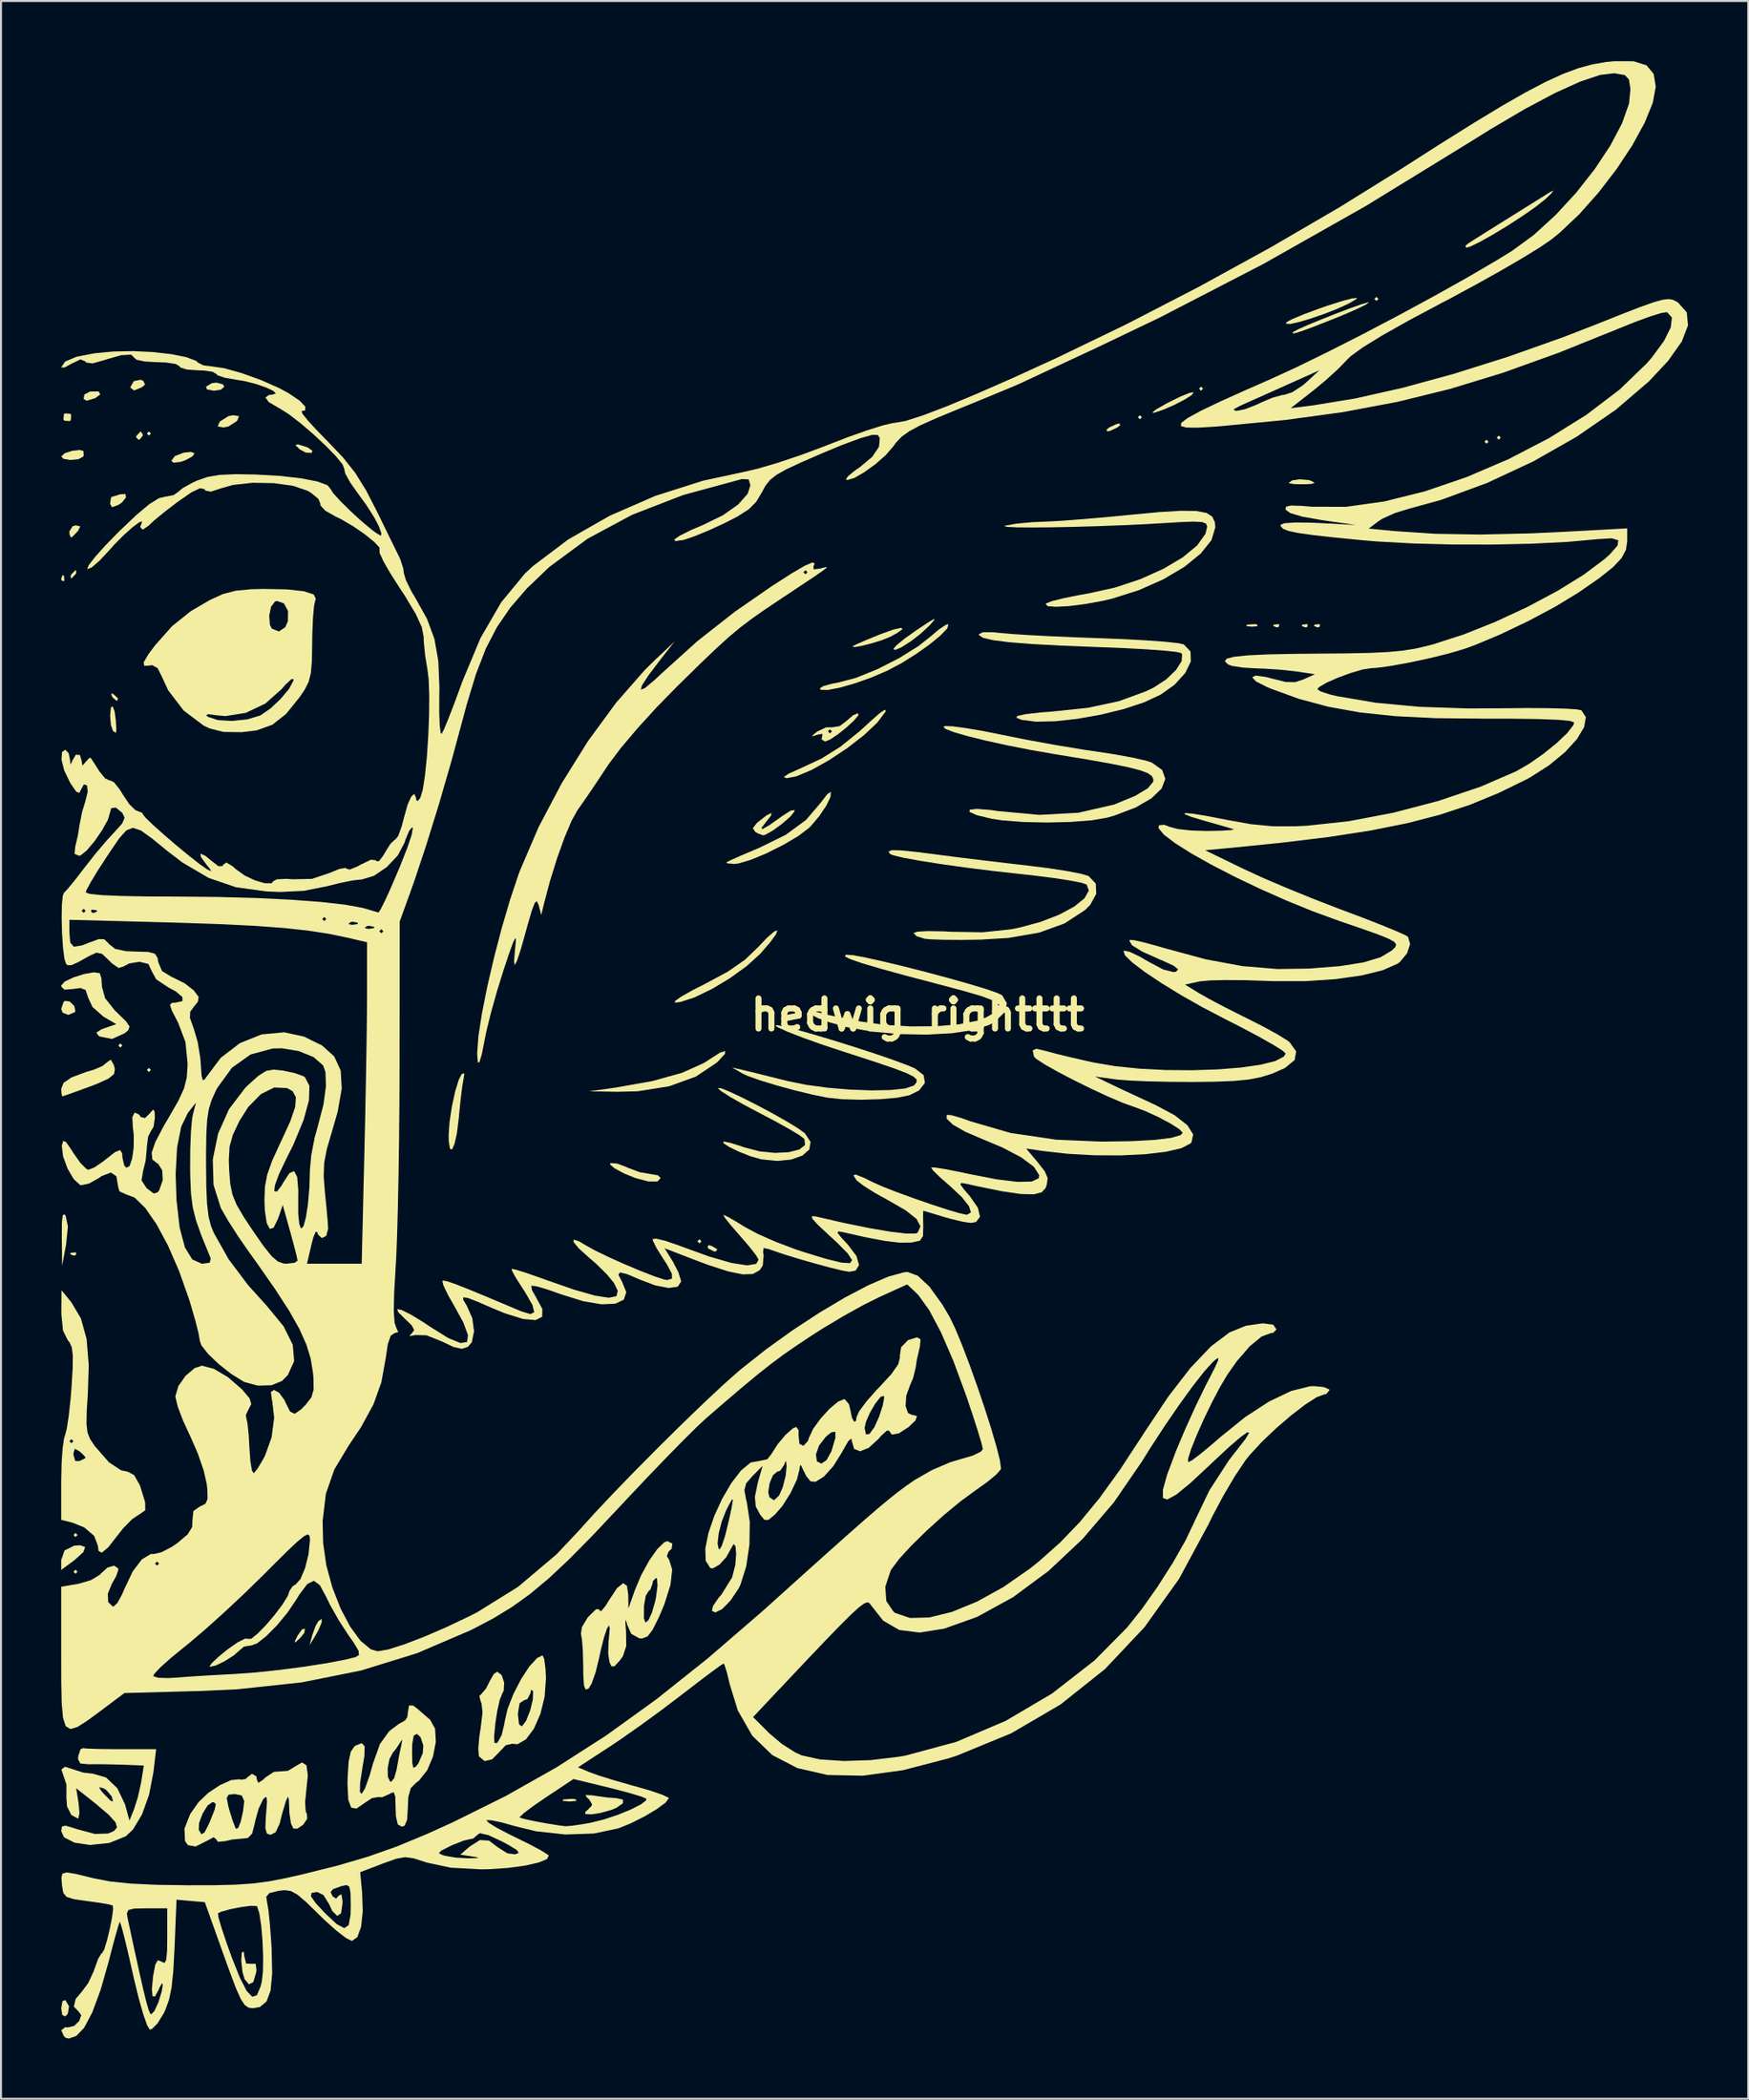
<source format=kicad_pcb>
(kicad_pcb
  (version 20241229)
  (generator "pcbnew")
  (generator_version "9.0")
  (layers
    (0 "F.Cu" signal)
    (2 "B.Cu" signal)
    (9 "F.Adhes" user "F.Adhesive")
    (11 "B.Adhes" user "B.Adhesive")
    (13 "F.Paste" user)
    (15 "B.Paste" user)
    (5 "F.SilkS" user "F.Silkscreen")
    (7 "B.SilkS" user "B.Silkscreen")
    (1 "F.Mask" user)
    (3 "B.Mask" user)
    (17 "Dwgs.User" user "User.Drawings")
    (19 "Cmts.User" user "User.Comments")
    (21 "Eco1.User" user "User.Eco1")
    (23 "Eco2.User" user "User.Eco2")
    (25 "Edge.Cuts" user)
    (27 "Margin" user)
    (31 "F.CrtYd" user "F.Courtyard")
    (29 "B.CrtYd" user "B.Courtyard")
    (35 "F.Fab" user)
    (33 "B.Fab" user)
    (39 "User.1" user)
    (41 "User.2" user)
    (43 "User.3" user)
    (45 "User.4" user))
  (footprint "hedwig rightttt"
    (layer "F.Cu")
    (at 42.672 47.502)
    (property "Reference" "hedwig rightttt" (at 0 0 0) (layer "F.SilkS") (effects (font (size 1.5 1.5) (thickness 0.3))))
    (attr board_only exclude_from_pos_files exclude_from_bom)
    (fp_poly (pts (xy -41.859 25.908) (xy -41.961 26.01) (xy -42.062 25.908) (xy -41.961 25.806)) (stroke (width 0) (type solid)) (fill yes) (layer "F.SilkS"))
    (fp_poly (pts (xy -41.859 27.737) (xy -41.961 27.838) (xy -42.062 27.737) (xy -41.961 27.635)) (stroke (width 0) (type solid)) (fill yes) (layer "F.SilkS"))
    (fp_poly (pts (xy -39.624 1.524) (xy -39.726 1.626) (xy -39.827 1.524) (xy -39.726 1.422)) (stroke (width 0) (type solid)) (fill yes) (layer "F.SilkS"))
    (fp_poly (pts (xy -38.202 -28.956) (xy -38.303 -28.854) (xy -38.405 -28.956) (xy -38.303 -29.058)) (stroke (width 0) (type solid)) (fill yes) (layer "F.SilkS"))
    (fp_poly (pts (xy -38.202 2.743) (xy -38.303 2.845) (xy -38.405 2.743) (xy -38.303 2.642)) (stroke (width 0) (type solid)) (fill yes) (layer "F.SilkS"))
    (fp_poly (pts (xy -10.77 11.278) (xy -10.871 11.379) (xy -10.973 11.278) (xy -10.871 11.176)) (stroke (width 0) (type solid)) (fill yes) (layer "F.SilkS"))
    (fp_poly (pts (xy 11.176 -29.769) (xy 11.074 -29.667) (xy 10.973 -29.769) (xy 11.074 -29.87)) (stroke (width 0) (type solid)) (fill yes) (layer "F.SilkS"))
    (fp_poly (pts (xy 14.224 -31.191) (xy 14.122 -31.09) (xy 14.021 -31.191) (xy 14.122 -31.293)) (stroke (width 0) (type solid)) (fill yes) (layer "F.SilkS"))
    (fp_poly (pts (xy 22.962 -35.662) (xy 22.86 -35.56) (xy 22.758 -35.662) (xy 22.86 -35.763)) (stroke (width 0) (type solid)) (fill yes) (layer "F.SilkS"))
    (fp_poly (pts (xy 28.448 -28.55) (xy 28.346 -28.448) (xy 28.245 -28.55) (xy 28.346 -28.651)) (stroke (width 0) (type solid)) (fill yes) (layer "F.SilkS"))
    (fp_poly (pts (xy 29.058 -28.753) (xy 28.956 -28.651) (xy 28.854 -28.753) (xy 28.956 -28.854)) (stroke (width 0) (type solid)) (fill yes) (layer "F.SilkS"))
    (fp_poly (pts (xy -42.537 -21.878) (xy -42.512 -21.637) (xy -42.537 -21.607) (xy -42.657 -21.635) (xy -42.672 -21.742) (xy -42.598 -21.91)) (stroke (width 0) (type solid)) (fill yes) (layer "F.SilkS"))
    (fp_poly (pts (xy -41.927 11.853) (xy -41.955 11.974) (xy -42.062 11.989) (xy -42.23 11.914) (xy -42.198 11.853) (xy -41.957 11.829)) (stroke (width 0) (type solid)) (fill yes) (layer "F.SilkS"))
    (fp_poly (pts (xy 16.916 -19.439) (xy 16.942 -19.364) (xy 16.662 -19.336) (xy 16.374 -19.368) (xy 16.408 -19.439) (xy 16.824 -19.465)) (stroke (width 0) (type solid)) (fill yes) (layer "F.SilkS"))
    (fp_poly (pts (xy 18.017 -19.439) (xy 17.989 -19.319) (xy 17.882 -19.304) (xy 17.714 -19.378) (xy 17.746 -19.439) (xy 17.987 -19.464)) (stroke (width 0) (type solid)) (fill yes) (layer "F.SilkS"))
    (fp_poly (pts (xy 19.439 -19.439) (xy 19.412 -19.319) (xy 19.304 -19.304) (xy 19.137 -19.378) (xy 19.169 -19.439) (xy 19.41 -19.464)) (stroke (width 0) (type solid)) (fill yes) (layer "F.SilkS"))
    (fp_poly (pts (xy 20.049 -19.439) (xy 20.021 -19.319) (xy 19.914 -19.304) (xy 19.746 -19.378) (xy 19.778 -19.439) (xy 20.019 -19.464)) (stroke (width 0) (type solid)) (fill yes) (layer "F.SilkS"))
    (fp_poly (pts (xy -42.28 49.384) (xy -42.345 49.758) (xy -42.469 49.886) (xy -42.619 49.813) (xy -42.672 49.479) (xy -42.609 49.126) (xy -42.469 49.073)) (stroke (width 0) (type solid)) (fill yes) (layer "F.SilkS"))
    (fp_poly (pts (xy -40.062 -15.971) (xy -39.844 -15.766) (xy -39.888 -15.648) (xy -39.917 -15.646) (xy -40.089 -15.791) (xy -40.151 -15.881) (xy -40.175 -16.02)) (stroke (width 0) (type solid)) (fill yes) (layer "F.SilkS"))
    (fp_poly (pts (xy -30.559 30.782) (xy -30.77 31.044) (xy -31.021 31.269) (xy -31.028 31.191) (xy -30.894 30.92) (xy -30.676 30.612) (xy -30.526 30.569)) (stroke (width 0) (type solid)) (fill yes) (layer "F.SilkS"))
    (fp_poly (pts (xy -10.272 11.505) (xy -9.986 11.669) (xy -10.034 11.775) (xy -10.148 11.786) (xy -10.424 11.638) (xy -10.463 11.585) (xy -10.431 11.469)) (stroke (width 0) (type solid)) (fill yes) (layer "F.SilkS"))
    (fp_poly (pts (xy -42.22 -29.941) (xy -42.175 -29.888) (xy -42.195 -29.622) (xy -42.248 -29.576) (xy -42.514 -29.597) (xy -42.56 -29.65) (xy -42.539 -29.916) (xy -42.486 -29.961)) (stroke (width 0) (type solid)) (fill yes) (layer "F.SilkS"))
    (fp_poly (pts (xy -41.923 -22.018) (xy -41.961 -21.946) (xy -42.152 -21.752) (xy -42.188 -21.742) (xy -42.202 -21.874) (xy -42.164 -21.946) (xy -41.973 -22.14) (xy -41.937 -22.149)) (stroke (width 0) (type solid)) (fill yes) (layer "F.SilkS"))
    (fp_poly (pts (xy -40.8 -31.041) (xy -40.727 -30.905) (xy -40.984 -30.717) (xy -41.406 -30.592) (xy -41.555 -30.684) (xy -41.518 -30.902) (xy -41.232 -31.05) (xy -40.852 -31.056)) (stroke (width 0) (type solid)) (fill yes) (layer "F.SilkS"))
    (fp_poly (pts (xy -38.61 -28.9) (xy -38.608 -28.854) (xy -38.764 -28.659) (xy -38.823 -28.651) (xy -38.945 -28.776) (xy -38.913 -28.854) (xy -38.73 -29.048) (xy -38.698 -29.058)) (stroke (width 0) (type solid)) (fill yes) (layer "F.SilkS"))
    (fp_poly (pts (xy -38.586 -31.584) (xy -38.494 -31.401) (xy -38.637 -31.271) (xy -39.039 -31.102) (xy -39.214 -31.23) (xy -39.218 -31.281) (xy -39.058 -31.564) (xy -38.72 -31.636)) (stroke (width 0) (type solid)) (fill yes) (layer "F.SilkS"))
    (fp_poly (pts (xy -34.615 -31.409) (xy -34.544 -31.293) (xy -34.718 -31.141) (xy -35.064 -31.09) (xy -35.41 -31.154) (xy -35.458 -31.293) (xy -35.172 -31.464) (xy -34.938 -31.496)) (stroke (width 0) (type solid)) (fill yes) (layer "F.SilkS"))
    (fp_poly (pts (xy -30.443 -28.285) (xy -30.392 -28.266) (xy -30.157 -28.1) (xy -30.191 -27.993) (xy -30.485 -28.007) (xy -30.775 -28.161) (xy -31.003 -28.377) (xy -30.884 -28.42)) (stroke (width 0) (type solid)) (fill yes) (layer "F.SilkS"))
    (fp_poly (pts (xy -29.696 30.27) (xy -29.851 30.641) (xy -29.988 30.886) (xy -30.294 31.394) (xy -30.161 30.886) (xy -29.992 30.424) (xy -29.848 30.185) (xy -29.69 30.089)) (stroke (width 0) (type solid)) (fill yes) (layer "F.SilkS"))
    (fp_poly (pts (xy -17.014 39.084) (xy -17.007 39.151) (xy -17.325 39.178) (xy -17.374 39.178) (xy -17.689 39.149) (xy -17.659 39.087) (xy -17.624 39.077) (xy -17.181 39.047)) (stroke (width 0) (type solid)) (fill yes) (layer "F.SilkS"))
    (fp_poly (pts (xy 10.095 -29.374) (xy 9.957 -29.261) (xy 9.586 -29.089) (xy 9.449 -29.064) (xy 9.412 -29.148) (xy 9.55 -29.261) (xy 9.921 -29.433) (xy 10.058 -29.458)) (stroke (width 0) (type solid)) (fill yes) (layer "F.SilkS"))
    (fp_poly (pts (xy -42.448 10.015) (xy -42.338 10.546) (xy -42.427 11.42) (xy -42.43 11.438) (xy -42.624 12.497) (xy -42.642 11.074) (xy -42.637 10.343) (xy -42.595 9.976) (xy -42.508 9.933)) (stroke (width 0) (type solid)) (fill yes) (layer "F.SilkS"))
    (fp_poly (pts (xy -42.246 -0.668) (xy -42.02 -0.44) (xy -41.964 -0.184) (xy -41.996 -0.134) (xy -42.318 0.001) (xy -42.603 -0.11) (xy -42.672 -0.293) (xy -42.563 -0.629) (xy -42.492 -0.697)) (stroke (width 0) (type solid)) (fill yes) (layer "F.SilkS"))
    (fp_poly (pts (xy -41.72 -24.331) (xy -41.835 -24.109) (xy -41.859 -24.079) (xy -42.103 -23.827) (xy -42.189 -23.774) (xy -42.257 -23.94) (xy -42.266 -24.079) (xy -42.101 -24.343) (xy -41.936 -24.384)) (stroke (width 0) (type solid)) (fill yes) (layer "F.SilkS"))
    (fp_poly (pts (xy -41.477 26.505) (xy -41.567 26.757) (xy -42.003 27.152) (xy -42.062 27.197) (xy -42.672 27.647) (xy -42.672 27.155) (xy -42.505 26.676) (xy -42.024 26.439) (xy -41.741 26.416)) (stroke (width 0) (type solid)) (fill yes) (layer "F.SilkS"))
    (fp_poly (pts (xy -36.024 -27.974) (xy -36.142 -27.812) (xy -36.502 -27.622) (xy -36.728 -27.543) (xy -37.078 -27.506) (xy -37.186 -27.6) (xy -37.008 -27.837) (xy -36.574 -28.003) (xy -36.214 -28.042)) (stroke (width 0) (type solid)) (fill yes) (layer "F.SilkS"))
    (fp_poly (pts (xy -41.565 -28.086) (xy -41.551 -27.85) (xy -41.572 -27.81) (xy -41.82 -27.677) (xy -42.213 -27.64) (xy -42.559 -27.698) (xy -42.672 -27.815) (xy -42.502 -27.973) (xy -42.125 -28.097) (xy -41.739 -28.138)) (stroke (width 0) (type solid)) (fill yes) (layer "F.SilkS"))
    (fp_poly (pts (xy -40.008 -15.101) (xy -39.949 -14.645) (xy -39.923 -14.187) (xy -39.953 -14.044) (xy -40.068 -14.126) (xy -40.098 -14.156) (xy -40.195 -14.439) (xy -40.234 -14.901) (xy -40.195 -15.314) (xy -40.105 -15.368)) (stroke (width 0) (type solid)) (fill yes) (layer "F.SilkS"))
    (fp_poly (pts (xy -33.812 -29.823) (xy -33.891 -29.619) (xy -33.934 -29.566) (xy -34.342 -29.307) (xy -34.594 -29.261) (xy -34.87 -29.309) (xy -34.791 -29.512) (xy -34.747 -29.566) (xy -34.34 -29.824) (xy -34.088 -29.87)) (stroke (width 0) (type solid)) (fill yes) (layer "F.SilkS"))
    (fp_poly (pts (xy 19.487 -26.64) (xy 19.612 -26.602) (xy 19.786 -26.499) (xy 19.608 -26.446) (xy 19.253 -26.43) (xy 18.763 -26.439) (xy 18.504 -26.48) (xy 18.491 -26.494) (xy 18.662 -26.624) (xy 19.054 -26.679)) (stroke (width 0) (type solid)) (fill yes) (layer "F.SilkS"))
    (fp_poly (pts (xy -39.445 -25.773) (xy -39.646 -25.52) (xy -39.827 -25.4) (xy -40.14 -25.287) (xy -40.233 -25.449) (xy -40.234 -25.494) (xy -40.188 -25.77) (xy -40.149 -25.806) (xy -39.91 -25.87) (xy -39.742 -25.93) (xy -39.471 -25.948)) (stroke (width 0) (type solid)) (fill yes) (layer "F.SilkS"))
    (fp_poly (pts (xy 13.66 -30.876) (xy 13.298 -30.645) (xy 12.782 -30.379) (xy 12.223 -30.138) (xy 11.786 -29.992) (xy 11.69 -30.008) (xy 11.909 -30.172) (xy 12.397 -30.451) (xy 12.466 -30.488) (xy 13.083 -30.793) (xy 13.547 -30.982) (xy 13.756 -31.016)) (stroke (width 0) (type solid)) (fill yes) (layer "F.SilkS"))
    (fp_poly (pts (xy -33.544 46.91) (xy -33.457 47.255) (xy -33.21 47.267) (xy -32.986 47.263) (xy -32.943 47.554) (xy -32.956 47.687) (xy -33.099 48.176) (xy -33.319 48.289) (xy -33.537 48.029) (xy -33.639 47.674) (xy -33.701 47.122) (xy -33.675 46.722) (xy -33.666 46.696) (xy -33.583 46.657)) (stroke (width 0) (type solid)) (fill yes) (layer "F.SilkS"))
    (fp_poly (pts (xy -14.973 7.405) (xy -14.492 7.587) (xy -14.451 7.608) (xy -13.86 7.833) (xy -13.32 7.925) (xy -12.933 7.993) (xy -12.802 8.128) (xy -12.969 8.301) (xy -13.415 8.298) (xy -14.059 8.129) (xy -14.63 7.897) (xy -15.103 7.641) (xy -15.327 7.446) (xy -15.305 7.381)) (stroke (width 0) (type solid)) (fill yes) (layer "F.SilkS"))
    (fp_poly (pts (xy -0.748 -19.222) (xy -1.007 -19.028) (xy -1.384 -18.824) (xy -1.774 -18.667) (xy -2.274 -18.511) (xy -2.766 -18.386) (xy -3.131 -18.321) (xy -3.25 -18.347) (xy -3.236 -18.363) (xy -3.017 -18.474) (xy -2.526 -18.686) (xy -1.883 -18.95) (xy -1.215 -19.191) (xy -0.827 -19.279)) (stroke (width 0) (type solid)) (fill yes) (layer "F.SilkS"))
    (fp_poly (pts (xy 0.834 -19.674) (xy 0.617 -19.426) (xy 0.568 -19.374) (xy 0.132 -18.969) (xy -0.359 -18.594) (xy -0.809 -18.309) (xy -1.122 -18.177) (xy -1.211 -18.226) (xy -1.051 -18.413) (xy -0.638 -18.749) (xy -0.06 -19.161) (xy -0.043 -19.173) (xy 0.538 -19.558) (xy 0.819 -19.722)) (stroke (width 0) (type solid)) (fill yes) (layer "F.SilkS"))
    (fp_poly (pts (xy -9.607 1.95) (xy -9.948 2.323) (xy -10.008 2.378) (xy -11.051 3.075) (xy -12.385 3.557) (xy -13.941 3.803) (xy -14.935 3.83) (xy -16.358 3.804) (xy -15.037 3.619) (xy -13.21 3.295) (xy -11.741 2.886) (xy -10.649 2.397) (xy -10.362 2.211) (xy -9.844 1.88) (xy -9.582 1.798)) (stroke (width 0) (type solid)) (fill yes) (layer "F.SilkS"))
    (fp_poly (pts (xy 21.856 -35.651) (xy 21.466 -35.423) (xy 20.901 -35.167) (xy 20.245 -34.911) (xy 19.578 -34.682) (xy 18.985 -34.506) (xy 18.548 -34.412) (xy 18.349 -34.426) (xy 18.39 -34.508) (xy 18.662 -34.656) (xy 19.224 -34.89) (xy 19.978 -35.171) (xy 20.422 -35.325) (xy 21.152 -35.558) (xy 21.662 -35.69) (xy 21.891 -35.71)) (stroke (width 0) (type solid)) (fill yes) (layer "F.SilkS"))
    (fp_poly (pts (xy -22.618 3.15) (xy -22.687 3.543) (xy -22.77 4.208) (xy -22.851 5.011) (xy -22.861 5.131) (xy -22.955 5.894) (xy -23.075 6.431) (xy -23.198 6.702) (xy -23.3 6.671) (xy -23.361 6.296) (xy -23.368 6.004) (xy -23.323 5.334) (xy -23.205 4.562) (xy -23.043 3.817) (xy -22.864 3.23) (xy -22.714 2.946) (xy -22.584 2.905)) (stroke (width 0) (type solid)) (fill yes) (layer "F.SilkS"))
    (fp_poly (pts (xy 22.487 -35.493) (xy 22.349 -35.386) (xy 21.909 -35.17) (xy 21.242 -34.879) (xy 20.734 -34.671) (xy 19.74 -34.279) (xy 19.087 -34.04) (xy 18.742 -33.941) (xy 18.675 -33.972) (xy 18.711 -34.013) (xy 18.956 -34.147) (xy 19.463 -34.372) (xy 20.132 -34.648) (xy 20.863 -34.937) (xy 21.559 -35.2) (xy 22.119 -35.398) (xy 22.445 -35.493)) (stroke (width 0) (type solid)) (fill yes) (layer "F.SilkS"))
    (fp_poly (pts (xy -1.587 -15.131) (xy -1.598 -15.108) (xy -2.007 -14.561) (xy -2.674 -13.933) (xy -3.506 -13.288) (xy -4.409 -12.689) (xy -5.289 -12.198) (xy -6.053 -11.879) (xy -6.531 -11.79) (xy -6.669 -11.85) (xy -6.416 -12.021) (xy -5.871 -12.264) (xy -4.794 -12.766) (xy -3.846 -13.357) (xy -2.883 -14.135) (xy -2.364 -14.611) (xy -1.9 -15.02) (xy -1.626 -15.203)) (stroke (width 0) (type solid)) (fill yes) (layer "F.SilkS"))
    (fp_poly (pts (xy -40.047 2.499) (xy -39.999 2.711) (xy -40.041 2.946) (xy -40.308 3.169) (xy -40.869 3.427) (xy -41.25 3.572) (xy -41.913 3.813) (xy -42.403 3.988) (xy -42.62 4.06) (xy -42.621 4.061) (xy -42.663 3.894) (xy -42.672 3.682) (xy -42.553 3.384) (xy -42.159 3.115) (xy -41.438 2.845) (xy -41.046 2.729) (xy -40.607 2.541) (xy -40.397 2.366) (xy -40.202 2.231)) (stroke (width 0) (type solid)) (fill yes) (layer "F.SilkS"))
    (fp_poly (pts (xy -16.213 38.874) (xy -16.078 38.896) (xy -15.487 38.979) (xy -15.017 39.014) (xy -15.011 39.014) (xy -14.678 39.089) (xy -14.685 39.27) (xy -15.008 39.497) (xy -15.27 39.604) (xy -15.801 39.752) (xy -16.259 39.822) (xy -16.547 39.808) (xy -16.569 39.708) (xy -16.493 39.649) (xy -16.251 39.41) (xy -16.221 39.319) (xy -16.366 39.078) (xy -16.493 38.969) (xy -16.545 38.859)) (stroke (width 0) (type solid)) (fill yes) (layer "F.SilkS"))
    (fp_poly (pts (xy -7.056 -4.015) (xy -7.348 -3.613) (xy -7.802 -3.088) (xy -7.853 -3.032) (xy -8.519 -2.428) (xy -9.355 -1.826) (xy -10.256 -1.286) (xy -11.117 -0.871) (xy -11.831 -0.639) (xy -12.085 -0.61) (xy -12.09 -0.691) (xy -11.783 -0.907) (xy -11.22 -1.225) (xy -10.638 -1.52) (xy -9.468 -2.148) (xy -8.596 -2.752) (xy -7.943 -3.38) (xy -7.492 -3.855) (xy -7.145 -4.153) (xy -6.987 -4.21)) (stroke (width 0) (type solid)) (fill yes) (layer "F.SilkS"))
    (fp_poly (pts (xy 31.571 -40.91) (xy 31.293 -40.645) (xy 30.828 -40.273) (xy 30.178 -39.817) (xy 29.433 -39.333) (xy 28.683 -38.877) (xy 28.018 -38.503) (xy 27.53 -38.267) (xy 27.335 -38.214) (xy 27.295 -38.308) (xy 27.432 -38.425) (xy 27.733 -38.617) (xy 28.283 -38.964) (xy 28.988 -39.405) (xy 29.362 -39.638) (xy 30.14 -40.124) (xy 30.842 -40.562) (xy 31.357 -40.884) (xy 31.496 -40.972) (xy 31.687 -41.064)) (stroke (width 0) (type solid)) (fill yes) (layer "F.SilkS"))
    (fp_poly (pts (xy -6.135 -10.14) (xy -6.343 -9.876) (xy -6.75 -9.52) (xy -7.214 -9.182) (xy -7.595 -8.969) (xy -7.701 -8.944) (xy -7.962 -9.042) (xy -8.082 -9.111) (xy -8.212 -9.299) (xy -8.005 -9.564) (xy -7.98 -9.585) (xy -7.528 -9.938) (xy -7.288 -10.056) (xy -7.299 -9.933) (xy -7.518 -9.652) (xy -7.779 -9.318) (xy -7.735 -9.251) (xy -7.386 -9.45) (xy -6.731 -9.915) (xy -6.729 -9.916) (xy -6.32 -10.177) (xy -6.133 -10.204)) (stroke (width 0) (type solid)) (fill yes) (layer "F.SilkS"))
    (fp_poly (pts (xy -4.326 -11.1) (xy -4.339 -10.855) (xy -4.553 -10.418) (xy -4.901 -9.9) (xy -5.314 -9.412) (xy -5.417 -9.31) (xy -5.95 -8.906) (xy -6.691 -8.468) (xy -7.516 -8.055) (xy -8.305 -7.726) (xy -8.933 -7.54) (xy -9.127 -7.519) (xy -9.467 -7.545) (xy -9.533 -7.597) (xy -9.319 -7.706) (xy -8.823 -7.926) (xy -8.14 -8.216) (xy -7.919 -8.308) (xy -6.573 -8.968) (xy -5.559 -9.712) (xy -4.805 -10.594) (xy -4.778 -10.635) (xy -4.508 -10.987) (xy -4.335 -11.105)) (stroke (width 0) (type solid)) (fill yes) (layer "F.SilkS"))
    (fp_poly (pts (xy 1.482 -19.259) (xy 1.151 -18.908) (xy 0.614 -18.466) (xy -0.055 -17.989) (xy -0.783 -17.532) (xy -1.496 -17.152) (xy -1.498 -17.151) (xy -2.3 -16.807) (xy -3.119 -16.516) (xy -3.867 -16.302) (xy -4.461 -16.186) (xy -4.815 -16.191) (xy -4.877 -16.259) (xy -4.696 -16.379) (xy -4.241 -16.502) (xy -3.99 -16.546) (xy -3.087 -16.782) (xy -2.018 -17.213) (xy -0.925 -17.768) (xy 0.05 -18.377) (xy 0.595 -18.807) (xy 1.069 -19.204) (xy 1.416 -19.436) (xy 1.535 -19.463)) (stroke (width 0) (type solid)) (fill yes) (layer "F.SilkS"))
    (fp_poly (pts (xy -2.954 -14.918) (xy -3.18 -14.652) (xy -3.554 -14.309) (xy -3.981 -13.969) (xy -4.369 -13.711) (xy -4.618 -13.614) (xy -4.793 -13.733) (xy -4.754 -13.852) (xy -4.747 -14.003) (xy -4.996 -13.953) (xy -5.26 -13.871) (xy -5.203 -13.954) (xy -4.99 -14.122) (xy -4.47 -14.122) (xy -4.369 -14.021) (xy -4.267 -14.122) (xy -4.369 -14.224) (xy -4.47 -14.122) (xy -4.99 -14.122) (xy -4.989 -14.123) (xy -4.556 -14.322) (xy -4.261 -14.324) (xy -3.888 -14.382) (xy -3.559 -14.628) (xy -3.208 -14.93) (xy -2.966 -15.028)) (stroke (width 0) (type solid)) (fill yes) (layer "F.SilkS"))
    (fp_poly (pts (xy -40.752 -2.076) (xy -40.746 -2.07) (xy -40.669 -1.81) (xy -40.64 -1.391) (xy -40.486 -0.834) (xy -39.998 -0.219) (xy -39.878 -0.103) (xy -39.441 0.324) (xy -39.268 0.577) (xy -39.324 0.757) (xy -39.51 0.916) (xy -40.137 1.198) (xy -40.744 1.08) (xy -40.815 1.037) (xy -40.919 0.88) (xy -40.668 0.72) (xy -40.511 0.662) (xy -39.929 0.461) (xy -40.573 0.084) (xy -41.111 -0.391) (xy -41.329 -0.854) (xy -41.455 -1.238) (xy -41.713 -1.34) (xy -42.057 -1.291) (xy -42.507 -1.254) (xy -42.667 -1.404) (xy -42.672 -1.464) (xy -42.496 -1.659) (xy -42.066 -1.865) (xy -41.533 -2.034) (xy -41.045 -2.12)) (stroke (width 0) (type solid)) (fill yes) (layer "F.SilkS"))
    (fp_poly (pts (xy -9.794 3.653) (xy -9.362 3.827) (xy -8.739 4.12) (xy -8.009 4.49) (xy -7.251 4.894) (xy -6.546 5.291) (xy -5.977 5.638) (xy -5.624 5.893) (xy -5.611 5.906) (xy -5.333 6.33) (xy -5.398 6.706) (xy -5.741 7.007) (xy -6.298 7.206) (xy -7.006 7.276) (xy -7.801 7.192) (xy -8.331 7.042) (xy -8.92 6.806) (xy -9.396 6.574) (xy -9.675 6.392) (xy -9.671 6.309) (xy -9.652 6.308) (xy -9.347 6.371) (xy -8.829 6.531) (xy -8.636 6.598) (xy -7.875 6.797) (xy -7.111 6.874) (xy -6.425 6.84) (xy -5.897 6.706) (xy -5.608 6.483) (xy -5.639 6.184) (xy -5.643 6.178) (xy -5.874 6.001) (xy -6.391 5.689) (xy -7.114 5.288) (xy -7.874 4.889) (xy -8.697 4.453) (xy -9.366 4.07) (xy -9.81 3.784) (xy -9.957 3.641)) (stroke (width 0) (type solid)) (fill yes) (layer "F.SilkS"))
    (fp_poly (pts (xy -3.201 -2.971) (xy -2.553 -2.848) (xy -1.676 -2.653) (xy -0.649 -2.405) (xy 0.449 -2.125) (xy 1.538 -1.833) (xy 2.539 -1.551) (xy 3.373 -1.299) (xy 3.96 -1.098) (xy 4.21 -0.979) (xy 4.447 -0.577) (xy 4.325 -0.121) (xy 3.872 0.321) (xy 3.556 0.505) (xy 2.777 0.756) (xy 1.704 0.915) (xy 0.44 0.983) (xy -0.915 0.956) (xy -2.257 0.835) (xy -3.483 0.618) (xy -3.607 0.588) (xy -4.366 0.377) (xy -4.947 0.171) (xy -5.256 0.007) (xy -5.283 -0.038) (xy -5.135 -0.16) (xy -4.979 -0.13) (xy -4.65 -0.041) (xy -4.033 0.095) (xy -3.238 0.256) (xy -2.896 0.321) (xy -1.661 0.494) (xy -0.356 0.574) (xy 0.92 0.564) (xy 2.064 0.469) (xy 2.977 0.29) (xy 3.404 0.129) (xy 3.84 -0.119) (xy 4.068 -0.326) (xy 4.057 -0.516) (xy 3.775 -0.71) (xy 3.19 -0.931) (xy 2.271 -1.2) (xy 1.053 -1.523) (xy -0.593 -1.957) (xy -1.863 -2.306) (xy -2.777 -2.577) (xy -3.356 -2.777) (xy -3.619 -2.912) (xy -3.587 -2.989) (xy -3.54 -2.999)) (stroke (width 0) (type solid)) (fill yes) (layer "F.SilkS"))
    (fp_poly (pts (xy -6.55 0.601) (xy -5.875 0.778) (xy -5.022 1.022) (xy -4.06 1.312) (xy -3.059 1.626) (xy -2.088 1.944) (xy -1.215 2.245) (xy -0.51 2.506) (xy -0.143 2.659) (xy 0.297 2.998) (xy 0.364 3.389) (xy 0.072 3.763) (xy -0.406 4.002) (xy -0.999 4.123) (xy -1.852 4.199) (xy -2.82 4.227) (xy -3.758 4.202) (xy -4.47 4.127) (xy -5.241 3.973) (xy -6.148 3.752) (xy -7.073 3.498) (xy -7.9 3.244) (xy -8.511 3.023) (xy -8.717 2.926) (xy -9.246 2.618) (xy -8.738 2.737) (xy -8.31 2.84) (xy -7.616 3.012) (xy -6.783 3.22) (xy -6.502 3.29) (xy -5.55 3.484) (xy -4.471 3.629) (xy -3.353 3.722) (xy -2.281 3.761) (xy -1.34 3.742) (xy -0.616 3.664) (xy -0.196 3.523) (xy -0.165 3.497) (xy -0.051 3.353) (xy -0.05 3.219) (xy -0.206 3.074) (xy -0.563 2.897) (xy -1.164 2.667) (xy -2.053 2.364) (xy -3.274 1.967) (xy -3.681 1.836) (xy -4.765 1.476) (xy -5.719 1.136) (xy -6.473 0.842) (xy -6.957 0.623) (xy -7.092 0.532) (xy -6.979 0.512)) (stroke (width 0) (type solid)) (fill yes) (layer "F.SilkS"))
    (fp_poly (pts (xy -0.848 -8.195) (xy -0.1 -8.121) (xy 0.813 -8.005) (xy 1.923 -7.862) (xy 3.249 -7.699) (xy 4.604 -7.538) (xy 5.522 -7.432) (xy 6.538 -7.305) (xy 7.436 -7.166) (xy 8.124 -7.034) (xy 8.506 -6.924) (xy 8.519 -6.917) (xy 8.877 -6.54) (xy 8.901 -6.032) (xy 8.599 -5.478) (xy 8.334 -5.215) (xy 7.318 -4.555) (xy 6.061 -4.098) (xy 4.515 -3.832) (xy 3.15 -3.749) (xy 2.178 -3.735) (xy 1.306 -3.741) (xy 0.645 -3.764) (xy 0.356 -3.791) (xy -0.05 -3.919) (xy -0.203 -4.072) (xy -0.014 -4.144) (xy 0.502 -4.174) (xy 1.267 -4.161) (xy 1.676 -4.14) (xy 3.241 -4.114) (xy 4.621 -4.259) (xy 5.042 -4.34) (xy 6.115 -4.628) (xy 7.054 -4.991) (xy 7.804 -5.395) (xy 8.314 -5.806) (xy 8.53 -6.191) (xy 8.424 -6.491) (xy 8.159 -6.583) (xy 7.566 -6.698) (xy 6.72 -6.826) (xy 5.699 -6.954) (xy 5.177 -7.011) (xy 3.777 -7.166) (xy 2.427 -7.335) (xy 1.191 -7.507) (xy 0.129 -7.674) (xy -0.696 -7.825) (xy -1.223 -7.951) (xy -1.383 -8.021) (xy -1.444 -8.145) (xy -1.281 -8.204)) (stroke (width 0) (type solid)) (fill yes) (layer "F.SilkS"))
    (fp_poly (pts (xy 4.115 -19.023) (xy 4.662 -18.974) (xy 5.528 -18.918) (xy 6.625 -18.861) (xy 7.866 -18.807) (xy 9.042 -18.764) (xy 10.274 -18.716) (xy 11.382 -18.656) (xy 12.295 -18.589) (xy 12.944 -18.521) (xy 13.257 -18.457) (xy 13.259 -18.456) (xy 13.597 -18.103) (xy 13.614 -17.607) (xy 13.339 -17.033) (xy 12.802 -16.445) (xy 12.114 -15.954) (xy 11.302 -15.574) (xy 10.281 -15.237) (xy 9.14 -14.957) (xy 7.97 -14.748) (xy 6.86 -14.625) (xy 5.901 -14.603) (xy 5.183 -14.695) (xy 4.916 -14.805) (xy 4.978 -14.893) (xy 5.395 -14.982) (xy 6.118 -15.064) (xy 6.643 -15.103) (xy 8.482 -15.296) (xy 10.023 -15.624) (xy 11.358 -16.11) (xy 11.769 -16.309) (xy 12.386 -16.71) (xy 12.871 -17.175) (xy 13.157 -17.622) (xy 13.177 -17.965) (xy 13.135 -18.022) (xy 12.889 -18.08) (xy 12.303 -18.143) (xy 11.442 -18.206) (xy 10.371 -18.265) (xy 9.157 -18.315) (xy 9.076 -18.318) (xy 7.189 -18.392) (xy 5.685 -18.473) (xy 4.542 -18.564) (xy 3.737 -18.668) (xy 3.249 -18.786) (xy 3.054 -18.921) (xy 3.048 -18.952) (xy 3.237 -19.058) (xy 3.77 -19.059)) (stroke (width 0) (type solid)) (fill yes) (layer "F.SilkS"))
    (fp_poly (pts (xy 1.753 -14.373) (xy 2.427 -14.283) (xy 3.302 -14.132) (xy 4.222 -13.947) (xy 5.468 -13.697) (xy 6.867 -13.443) (xy 8.207 -13.221) (xy 8.873 -13.123) (xy 9.843 -12.974) (xy 10.709 -12.815) (xy 11.364 -12.667) (xy 11.663 -12.571) (xy 12.187 -12.199) (xy 12.343 -11.757) (xy 12.158 -11.277) (xy 11.657 -10.791) (xy 10.867 -10.331) (xy 9.813 -9.93) (xy 9.449 -9.826) (xy 8.673 -9.692) (xy 7.628 -9.611) (xy 6.447 -9.582) (xy 5.265 -9.608) (xy 4.216 -9.689) (xy 3.68 -9.77) (xy 2.938 -9.952) (xy 2.583 -10.111) (xy 2.596 -10.222) (xy 2.961 -10.262) (xy 3.656 -10.204) (xy 3.975 -10.157) (xy 6.059 -9.962) (xy 8.016 -10.07) (xy 9.784 -10.474) (xy 10.833 -10.906) (xy 11.47 -11.288) (xy 11.738 -11.612) (xy 11.746 -11.745) (xy 11.668 -11.9) (xy 11.465 -12.042) (xy 11.093 -12.182) (xy 10.504 -12.333) (xy 9.655 -12.506) (xy 8.5 -12.712) (xy 6.992 -12.962) (xy 6.807 -12.992) (xy 5.604 -13.202) (xy 4.45 -13.43) (xy 3.397 -13.661) (xy 2.5 -13.883) (xy 1.813 -14.082) (xy 1.39 -14.243) (xy 1.283 -14.353) (xy 1.377 -14.387)) (stroke (width 0) (type solid)) (fill yes) (layer "F.SilkS"))
    (fp_poly (pts (xy 13.885 -25.099) (xy 14.388 -25.005) (xy 14.681 -24.821) (xy 14.812 -24.539) (xy 14.834 -24.287) (xy 14.643 -23.65) (xy 14.109 -22.98) (xy 13.29 -22.316) (xy 12.244 -21.696) (xy 11.026 -21.156) (xy 9.696 -20.735) (xy 9.216 -20.622) (xy 8.337 -20.462) (xy 7.539 -20.362) (xy 6.897 -20.327) (xy 6.486 -20.359) (xy 6.381 -20.461) (xy 6.411 -20.499) (xy 6.685 -20.608) (xy 7.262 -20.752) (xy 8.043 -20.91) (xy 8.518 -20.993) (xy 9.841 -21.286) (xy 11.103 -21.706) (xy 12.245 -22.218) (xy 13.207 -22.788) (xy 13.927 -23.381) (xy 14.345 -23.965) (xy 14.427 -24.323) (xy 14.375 -24.469) (xy 14.171 -24.549) (xy 13.741 -24.571) (xy 13.014 -24.542) (xy 12.548 -24.513) (xy 11.404 -24.446) (xy 10.184 -24.389) (xy 8.945 -24.342) (xy 7.745 -24.307) (xy 6.64 -24.286) (xy 5.688 -24.278) (xy 4.946 -24.284) (xy 4.47 -24.307) (xy 4.319 -24.346) (xy 4.369 -24.369) (xy 4.914 -24.467) (xy 5.666 -24.539) (xy 6.198 -24.562) (xy 6.835 -24.591) (xy 7.769 -24.656) (xy 8.895 -24.749) (xy 10.106 -24.86) (xy 10.639 -24.913) (xy 12.059 -25.046) (xy 13.125 -25.11)) (stroke (width 0) (type solid)) (fill yes) (layer "F.SilkS"))
    (fp_poly (pts (xy -18.605 32.086) (xy -18.543 32.562) (xy -18.518 33.042) (xy -18.584 33.961) (xy -18.798 34.824) (xy -19.121 35.558) (xy -19.514 36.085) (xy -19.938 36.33) (xy -20.2 36.306) (xy -20.522 36.378) (xy -20.817 36.69) (xy -21.198 37.078) (xy -21.576 37.169) (xy -21.847 36.941) (xy -21.864 36.903) (xy -21.89 36.554) (xy -21.841 35.964) (xy -21.774 35.531) (xy -21.679 34.749) (xy -21.731 34.275) (xy -21.77 34.206) (xy -21.837 33.926) (xy -21.74 33.831) (xy -21.498 33.546) (xy -21.328 33.203) (xy -21.122 32.836) (xy -20.948 32.715) (xy -20.726 32.885) (xy -20.601 33.264) (xy -20.622 33.66) (xy -20.69 33.792) (xy -20.82 34.115) (xy -20.952 34.702) (xy -21.035 35.255) (xy -21.1 35.919) (xy -21.089 36.243) (xy -20.994 36.286) (xy -20.919 36.227) (xy -20.725 35.869) (xy -20.592 35.317) (xy -20.583 35.238) (xy -20.498 34.861) (xy -19.914 34.861) (xy -19.86 35.34) (xy -19.717 35.438) (xy -19.511 35.166) (xy -19.302 34.641) (xy -19.173 34.105) (xy -19.159 33.714) (xy -19.17 33.679) (xy -19.259 33.611) (xy -19.288 33.782) (xy -19.445 34.083) (xy -19.609 34.138) (xy -19.832 34.289) (xy -19.913 34.775) (xy -19.914 34.861) (xy -20.498 34.861) (xy -20.432 34.573) (xy -20.138 33.822) (xy -19.756 33.082) (xy -19.343 32.451) (xy -18.952 32.027) (xy -18.686 31.902)) (stroke (width 0) (type solid)) (fill yes) (layer "F.SilkS"))
    (fp_poly (pts (xy -42.167 14.316) (xy -41.693 15.113) (xy -41.407 16.142) (xy -41.299 17.45) (xy -41.344 18.852) (xy -41.402 19.772) (xy -41.412 20.39) (xy -41.36 20.807) (xy -41.233 21.127) (xy -41.015 21.453) (xy -40.977 21.504) (xy -40.295 22.283) (xy -39.691 22.685) (xy -39.365 22.752) (xy -39.038 22.922) (xy -38.748 23.438) (xy -38.491 24.272) (xy -38.484 24.676) (xy -38.781 24.883) (xy -38.79 24.885) (xy -39.143 25.121) (xy -39.589 25.578) (xy -39.858 25.921) (xy -40.339 26.533) (xy -40.653 26.79) (xy -40.814 26.698) (xy -40.843 26.447) (xy -41.03 25.953) (xy -41.524 25.529) (xy -42.113 25.292) (xy -42.672 25.153) (xy -42.672 23.231) (xy -42.653 22.353) (xy -42.624 21.914) (xy -42.062 21.914) (xy -41.972 22.224) (xy -41.758 22.222) (xy -41.491 22.091) (xy -41.453 22.05) (xy -41.587 21.894) (xy -41.758 21.742) (xy -41.992 21.611) (xy -42.061 21.823) (xy -42.062 21.914) (xy -42.624 21.914) (xy -42.603 21.605) (xy -42.55 21.234) (xy -42.266 21.234) (xy -42.164 21.336) (xy -42.062 21.234) (xy -42.164 21.133) (xy -42.266 21.234) (xy -42.55 21.234) (xy -42.531 21.097) (xy -42.489 20.967) (xy -42.397 20.625) (xy -42.298 19.984) (xy -42.207 19.148) (xy -42.16 18.58) (xy -42.102 17.618) (xy -42.094 16.975) (xy -42.142 16.568) (xy -42.254 16.312) (xy -42.344 16.207) (xy -42.582 15.726) (xy -42.665 14.898) (xy -42.665 14.797) (xy -42.657 13.716)) (stroke (width 0) (type solid)) (fill yes) (layer "F.SilkS"))
    (fp_poly (pts (xy -41.345 36.548) (xy -40.782 36.566) (xy -40.019 36.575) (xy -39.698 36.576) (xy -37.942 36.576) (xy -38.078 37.728) (xy -38.295 38.846) (xy -38.647 39.827) (xy -39.092 40.572) (xy -39.453 40.913) (xy -40.28 41.247) (xy -41.249 41.346) (xy -42.012 41.232) (xy -42.532 40.965) (xy -42.672 40.658) (xy -42.637 40.429) (xy -42.462 40.384) (xy -42.038 40.508) (xy -41.91 40.553) (xy -40.999 40.797) (xy -40.334 40.778) (xy -40.043 40.652) (xy -39.891 40.47) (xy -39.968 40.214) (xy -40.309 39.839) (xy -40.949 39.296) (xy -41.111 39.166) (xy -41.927 38.52) (xy -41.804 39.275) (xy -41.764 39.759) (xy -41.818 40.017) (xy -41.847 40.03) (xy -42.167 39.854) (xy -42.383 39.428) (xy -42.418 38.909) (xy -42.412 38.877) (xy -42.413 38.473) (xy -40.783 38.473) (xy -40.692 38.636) (xy -40.546 38.802) (xy -40.207 39.147) (xy -40.089 39.172) (xy -40.154 38.929) (xy -40.429 38.605) (xy -40.594 38.513) (xy -40.783 38.473) (xy -42.413 38.473) (xy -42.413 38.333) (xy -42.533 37.971) (xy -42.664 37.591) (xy -42.489 37.45) (xy -42.093 37.576) (xy -41.577 37.742) (xy -41.095 37.795) (xy -40.435 37.987) (xy -39.878 38.518) (xy -39.491 39.325) (xy -39.464 39.421) (xy -39.271 40.132) (xy -39.041 39.561) (xy -38.853 38.966) (xy -38.697 38.268) (xy -38.684 38.19) (xy -38.556 37.389) (xy -39.649 37.348) (xy -40.393 37.329) (xy -41.061 37.324) (xy -41.312 37.329) (xy -41.718 37.29) (xy -41.833 37.075) (xy -41.82 36.912) (xy -41.712 36.587) (xy -41.605 36.525)) (stroke (width 0) (type solid)) (fill yes) (layer "F.SilkS"))
    (fp_poly (pts (xy -31.429 -21.194) (xy -30.582 -21.101) (xy -30.093 -20.942) (xy -29.982 -20.721) (xy -30.006 -20.672) (xy -30.074 -20.369) (xy -30.128 -19.767) (xy -30.161 -18.97) (xy -30.166 -18.562) (xy -30.181 -17.656) (xy -30.23 -17.039) (xy -30.343 -16.59) (xy -30.545 -16.191) (xy -30.785 -15.836) (xy -31.472 -14.985) (xy -32.151 -14.454) (xy -32.933 -14.172) (xy -33.678 -14.082) (xy -34.575 -14.093) (xy -35.271 -14.267) (xy -35.586 -14.417) (xy -36.256 -14.923) (xy -35.449 -14.923) (xy -35.357 -14.844) (xy -34.861 -14.682) (xy -34.151 -14.642) (xy -33.396 -14.72) (xy -32.767 -14.909) (xy -32.729 -14.928) (xy -32.242 -15.265) (xy -31.739 -15.739) (xy -31.324 -16.236) (xy -31.103 -16.641) (xy -31.09 -16.724) (xy -31.201 -16.723) (xy -31.486 -16.462) (xy -31.701 -16.217) (xy -32.502 -15.507) (xy -33.474 -15.045) (xy -34.485 -14.883) (xy -34.891 -14.918) (xy -35.352 -14.977) (xy -35.449 -14.923) (xy -36.256 -14.923) (xy -36.577 -15.166) (xy -37.341 -16.166) (xy -37.624 -16.776) (xy -37.864 -17.268) (xy -38.134 -17.42) (xy -38.247 -17.405) (xy -38.534 -17.383) (xy -38.564 -17.558) (xy -38.326 -17.965) (xy -37.992 -18.412) (xy -37.143 -19.368) (xy -36.504 -19.878) (xy -32.308 -19.878) (xy -32.273 -19.428) (xy -32.173 -19.236) (xy -31.825 -19.099) (xy -31.51 -19.307) (xy -31.376 -19.611) (xy -31.371 -20.124) (xy -31.577 -20.498) (xy -31.917 -20.617) (xy -32.019 -20.591) (xy -32.215 -20.333) (xy -32.308 -19.878) (xy -36.504 -19.878) (xy -36.212 -20.112) (xy -35.255 -20.67) (xy -34.614 -20.961) (xy -33.983 -21.127) (xy -33.201 -21.202) (xy -32.614 -21.216)) (stroke (width 0) (type solid)) (fill yes) (layer "F.SilkS"))
    (fp_poly (pts (xy -12.219 26.337) (xy -12.258 26.594) (xy -12.405 26.727) (xy -12.496 26.956) (xy -12.379 27.147) (xy -12.229 27.627) (xy -12.313 28.385) (xy -12.623 29.37) (xy -12.887 29.994) (xy -13.205 30.63) (xy -13.459 30.96) (xy -13.722 31.062) (xy -13.863 31.054) (xy -14.272 30.829) (xy -14.47 30.378) (xy -14.546 30.126) (xy -14.563 30.261) (xy -14.528 30.719) (xy -14.519 31.438) (xy -14.682 31.938) (xy -14.824 32.141) (xy -15.104 32.448) (xy -15.253 32.449) (xy -15.352 32.248) (xy -15.417 31.819) (xy -15.4 31.208) (xy -15.381 31.04) (xy -15.338 30.549) (xy -15.379 30.409) (xy -15.482 30.576) (xy -15.626 31.007) (xy -15.791 31.659) (xy -15.874 32.051) (xy -16.047 32.755) (xy -16.242 33.306) (xy -16.396 33.56) (xy -16.541 33.607) (xy -16.623 33.407) (xy -16.658 32.898) (xy -16.662 32.452) (xy -16.679 31.718) (xy -16.722 31.125) (xy -16.776 30.827) (xy -16.726 30.494) (xy -16.468 30.062) (xy -13.637 30.062) (xy -13.637 30.063) (xy -13.56 30.272) (xy -13.416 30.157) (xy -13.243 29.787) (xy -13.081 29.23) (xy -13.033 28.998) (xy -12.96 28.43) (xy -12.982 28.091) (xy -13.031 28.042) (xy -13.191 28.205) (xy -13.208 28.329) (xy -13.318 28.633) (xy -13.392 28.685) (xy -13.544 28.928) (xy -13.634 29.434) (xy -13.637 30.062) (xy -16.468 30.062) (xy -16.46 30.047) (xy -16.376 29.947) (xy -16.019 29.604) (xy -15.861 29.612) (xy -15.853 29.667) (xy -15.762 29.695) (xy -15.542 29.425) (xy -15.389 29.175) (xy -14.978 28.554) (xy -14.672 28.307) (xy -14.482 28.436) (xy -14.418 28.888) (xy -14.408 29.566) (xy -14.094 28.67) (xy -13.772 27.904) (xy -13.378 27.186) (xy -12.973 26.61) (xy -12.62 26.267) (xy -12.47 26.213)) (stroke (width 0) (type solid)) (fill yes) (layer "F.SilkS"))
    (fp_poly (pts (xy -25.128 34.405) (xy -24.885 34.595) (xy -24.475 34.953) (xy -24.289 35.111) (xy -24.044 35.556) (xy -24.006 36.209) (xy -24.146 36.941) (xy -24.437 37.629) (xy -24.851 38.147) (xy -24.979 38.239) (xy -25.253 38.512) (xy -25.378 38.963) (xy -25.4 39.47) (xy -25.436 40.091) (xy -25.559 40.386) (xy -25.705 40.437) (xy -25.903 40.32) (xy -25.995 39.921) (xy -26.01 39.498) (xy -26.027 38.941) (xy -26.1 38.721) (xy -26.258 38.767) (xy -26.308 38.806) (xy -26.682 38.97) (xy -26.866 38.958) (xy -27.191 39.013) (xy -27.569 39.265) (xy -27.964 39.536) (xy -28.225 39.485) (xy -28.368 39.091) (xy -28.408 38.328) (xy -28.402 38.009) (xy -28.351 37.199) (xy -28.244 36.704) (xy -28.059 36.435) (xy -28.007 36.398) (xy -27.695 36.275) (xy -27.552 36.434) (xy -27.565 36.913) (xy -27.645 37.391) (xy -27.777 38.237) (xy -27.79 38.705) (xy -27.701 38.801) (xy -27.533 38.526) (xy -27.304 37.885) (xy -27.204 37.53) (xy -26.405 37.53) (xy -26.396 37.957) (xy -26.279 38.191) (xy -26.235 38.202) (xy -26.084 38.024) (xy -25.96 37.592) (xy -25.951 37.541) (xy -25.837 36.898) (xy -25.797 36.711) (xy -25.19 36.711) (xy -25.177 37.282) (xy -25.125 37.506) (xy -25.001 37.443) (xy -24.877 37.287) (xy -24.656 36.77) (xy -24.629 36.389) (xy -24.768 35.978) (xy -24.943 35.813) (xy -25.107 35.897) (xy -25.182 36.317) (xy -25.19 36.711) (xy -25.797 36.711) (xy -25.724 36.373) (xy -25.676 36.102) (xy -25.735 36.166) (xy -25.999 36.574) (xy -26.144 36.739) (xy -26.318 37.071) (xy -26.405 37.53) (xy -27.204 37.53) (xy -27.138 37.295) (xy -26.793 36.325) (xy -26.343 35.696) (xy -26.263 35.626) (xy -25.851 35.318) (xy -25.573 35.165) (xy -25.552 35.161) (xy -25.428 34.984) (xy -25.4 34.747) (xy -25.34 34.398)) (stroke (width 0) (type solid)) (fill yes) (layer "F.SilkS"))
    (fp_poly (pts (xy -30.451 37.38) (xy -30.385 37.884) (xy -30.453 38.553) (xy -30.519 39.218) (xy -30.488 39.676) (xy -30.435 39.791) (xy -30.414 40.041) (xy -30.615 40.339) (xy -30.906 40.536) (xy -31.106 40.528) (xy -31.226 40.27) (xy -31.3 39.764) (xy -31.309 39.561) (xy -31.329 39.066) (xy -31.376 38.94) (xy -31.47 39.145) (xy -31.494 39.218) (xy -31.674 39.828) (xy -31.787 40.284) (xy -31.987 40.709) (xy -32.237 40.843) (xy -32.425 40.776) (xy -32.499 40.514) (xy -32.478 39.965) (xy -32.462 39.79) (xy -32.417 39.199) (xy -32.441 38.955) (xy -32.547 38.999) (xy -32.625 39.097) (xy -32.833 39.534) (xy -33.002 40.141) (xy -33.023 40.249) (xy -33.156 40.774) (xy -33.365 40.996) (xy -33.596 41.025) (xy -34.16 41.076) (xy -34.493 41.154) (xy -34.867 41.189) (xy -34.95 41.059) (xy -35.078 40.962) (xy -35.402 41.136) (xy -35.973 41.421) (xy -36.362 41.355) (xy -36.503 41.148) (xy -36.53 40.589) (xy -35.82 40.589) (xy -35.688 40.814) (xy -35.529 40.72) (xy -35.303 40.276) (xy -35.245 40.139) (xy -35.027 39.589) (xy -34.967 39.316) (xy -35.057 39.224) (xy -35.148 39.218) (xy -35.382 39.387) (xy -35.627 39.785) (xy -35.8 40.241) (xy -35.82 40.589) (xy -36.53 40.589) (xy -36.532 40.54) (xy -36.246 39.808) (xy -35.824 39.206) (xy -35.605 39) (xy -34.425 39) (xy -34.348 39.405) (xy -34.303 39.573) (xy -34.136 40.119) (xy -33.99 40.497) (xy -33.968 40.538) (xy -33.855 40.505) (xy -33.725 40.179) (xy -33.611 39.667) (xy -33.552 39.167) (xy -33.674 38.881) (xy -34.02 38.811) (xy -34.329 38.84) (xy -34.425 39) (xy -35.605 39) (xy -35.338 38.747) (xy -34.758 38.363) (xy -34.205 38.116) (xy -33.798 38.071) (xy -33.736 38.097) (xy -33.484 38.066) (xy -33.428 38.002) (xy -33.168 37.803) (xy -32.954 37.924) (xy -32.918 38.1) (xy -32.854 38.253) (xy -32.623 38.105) (xy -32.496 37.983) (xy -32.076 37.705) (xy -31.756 37.683) (xy -31.375 37.653) (xy -31.055 37.459) (xy -30.676 37.236)) (stroke (width 0) (type solid)) (fill yes) (layer "F.SilkS"))
    (fp_poly (pts (xy -5.127 -22.478) (xy -5.195 -22.33) (xy -5.171 -22.19) (xy -4.851 -22.233) (xy -4.644 -22.288) (xy -4.53 -22.307) (xy -4.548 -22.258) (xy -4.741 -22.11) (xy -5.148 -21.83) (xy -5.812 -21.388) (xy -6.772 -20.751) (xy -6.778 -20.747) (xy -7.587 -20.206) (xy -8.248 -19.744) (xy -8.83 -19.304) (xy -9.403 -18.826) (xy -10.036 -18.252) (xy -10.799 -17.523) (xy -11.761 -16.58) (xy -12.055 -16.29) (xy -13.038 -15.283) (xy -13.97 -14.259) (xy -14.774 -13.309) (xy -15.369 -12.523) (xy -15.455 -12.395) (xy -15.973 -11.614) (xy -16.469 -10.88) (xy -16.858 -10.321) (xy -16.941 -10.207) (xy -17.24 -9.672) (xy -17.592 -8.838) (xy -17.964 -7.802) (xy -18.319 -6.662) (xy -18.605 -5.588) (xy -18.753 -4.978) (xy -18.888 -5.486) (xy -18.971 -5.663) (xy -19.076 -5.579) (xy -19.225 -5.191) (xy -19.438 -4.458) (xy -19.49 -4.267) (xy -19.768 -3.277) (xy -19.964 -2.683) (xy -20.076 -2.481) (xy -20.108 -2.671) (xy -20.061 -3.249) (xy -20.049 -3.353) (xy -20.015 -3.733) (xy -20.045 -3.831) (xy -20.151 -3.62) (xy -20.35 -3.073) (xy -20.63 -2.235) (xy -20.951 -1.203) (xy -21.245 -0.158) (xy -21.471 0.748) (xy -21.557 1.168) (xy -21.713 1.951) (xy -21.833 2.355) (xy -21.911 2.373) (xy -21.944 1.997) (xy -21.945 1.88) (xy -21.882 1.046) (xy -21.707 -0.081) (xy -21.441 -1.412) (xy -21.105 -2.857) (xy -20.721 -4.327) (xy -20.309 -5.73) (xy -19.892 -6.978) (xy -19.811 -7.196) (xy -18.88 -9.365) (xy -17.73 -11.543) (xy -16.425 -13.636) (xy -15.023 -15.549) (xy -13.587 -17.187) (xy -13.086 -17.678) (xy -12.112 -18.593) (xy -12.831 -17.678) (xy -13.414 -16.906) (xy -13.735 -16.409) (xy -13.795 -16.196) (xy -13.595 -16.274) (xy -13.136 -16.653) (xy -12.774 -16.992) (xy -10.985 -18.607) (xy -9.104 -20.084) (xy -7.242 -21.372) (xy -6.269 -21.995) (xy -6.18 -22.047) (xy -5.69 -22.047) (xy -5.588 -21.946) (xy -5.486 -22.047) (xy -5.588 -22.149) (xy -5.69 -22.047) (xy -6.18 -22.047) (xy -5.604 -22.382) (xy -5.229 -22.54)) (stroke (width 0) (type solid)) (fill yes) (layer "F.SilkS"))
    (fp_poly (pts (xy 0.147 16.164) (xy 0.11 16.542) (xy 0.092 16.612) (xy -0.039 17.181) (xy -0.097 17.577) (xy -0.222 18.084) (xy -0.37 18.427) (xy -0.567 18.973) (xy -0.6 19.485) (xy -0.475 19.835) (xy -0.305 19.914) (xy -0.033 19.981) (xy -0.106 20.201) (xy -0.457 20.535) (xy -0.932 20.843) (xy -1.283 20.908) (xy -1.422 20.716) (xy -1.422 20.711) (xy -1.534 20.709) (xy -1.814 20.964) (xy -1.948 21.117) (xy -2.437 21.567) (xy -2.868 21.737) (xy -3.166 21.616) (xy -3.261 21.285) (xy -3.308 21.1) (xy -3.454 21.231) (xy -3.728 21.707) (xy -3.766 21.78) (xy -4.204 22.482) (xy -4.666 22.995) (xy -5.082 23.254) (xy -5.331 23.237) (xy -5.547 22.973) (xy -5.691 22.687) (xy -5.823 22.412) (xy -5.874 22.508) (xy -5.88 22.614) (xy -6.015 23.148) (xy -6.333 23.821) (xy -6.745 24.472) (xy -7.109 24.889) (xy -7.436 25.158) (xy -7.631 25.153) (xy -7.842 24.901) (xy -8.067 24.481) (xy -8.107 24.001) (xy -8.059 23.767) (xy -7.441 23.767) (xy -7.386 24.027) (xy -7.153 24.177) (xy -6.903 23.941) (xy -6.725 23.541) (xy -6.574 22.958) (xy -6.526 22.474) (xy -6.559 22.208) (xy -6.623 22.331) (xy -6.642 22.403) (xy -6.847 22.705) (xy -7.002 22.758) (xy -7.209 22.931) (xy -7.374 23.328) (xy -7.441 23.767) (xy -8.059 23.767) (xy -7.968 23.32) (xy -7.926 23.169) (xy -7.724 22.465) (xy -8.228 22.969) (xy -8.542 23.333) (xy -8.632 23.671) (xy -8.538 24.173) (xy -8.508 24.284) (xy -8.363 25.252) (xy -8.378 26.369) (xy -8.539 27.47) (xy -8.829 28.389) (xy -8.927 28.583) (xy -9.331 29.182) (xy -9.739 29.596) (xy -10.079 29.765) (xy -10.251 29.684) (xy -10.194 29.439) (xy -9.92 29.041) (xy -9.781 28.883) (xy -9.244 28.021) (xy -9.083 27.393) (xy -9.042 26.832) (xy -9.076 26.462) (xy -9.168 26.359) (xy -9.289 26.566) (xy -9.54 27.02) (xy -9.885 27.392) (xy -10.21 27.571) (xy -10.33 27.554) (xy -10.56 27.191) (xy -10.579 26.585) (xy -10.527 26.324) (xy -9.968 26.324) (xy -9.912 26.597) (xy -9.863 26.619) (xy -9.757 26.444) (xy -9.611 26.008) (xy -9.569 25.857) (xy -9.401 25.168) (xy -9.263 24.525) (xy -9.255 24.486) (xy -9.204 24.154) (xy -9.253 24.139) (xy -9.43 24.462) (xy -9.544 24.689) (xy -9.764 25.247) (xy -9.912 25.833) (xy -9.968 26.324) (xy -10.527 26.324) (xy -10.425 25.816) (xy -10.133 24.962) (xy -9.74 24.104) (xy -9.282 23.321) (xy -8.797 22.692) (xy -8.319 22.298) (xy -7.887 22.218) (xy -7.886 22.218) (xy -7.49 22.136) (xy -7.302 21.896) (xy -5.066 21.896) (xy -5.021 22.235) (xy -4.795 22.352) (xy -4.541 22.179) (xy -4.304 21.759) (xy -4.287 21.712) (xy -4.095 21.064) (xy -4.099 20.762) (xy -4.303 20.795) (xy -4.572 21.013) (xy -4.91 21.449) (xy -5.066 21.896) (xy -7.302 21.896) (xy -7.287 21.876) (xy -6.972 21.384) (xy -6.58 20.918) (xy -6.22 20.598) (xy -6.048 20.523) (xy -5.93 20.691) (xy -5.931 20.962) (xy -5.888 21.367) (xy -5.689 21.464) (xy -5.469 21.229) (xy -5.409 21.054) (xy -5.202 20.614) (xy -5.173 20.574) (xy -2.641 20.574) (xy -2.574 20.897) (xy -2.398 20.874) (xy -2.154 20.535) (xy -1.918 20.011) (xy -1.736 19.453) (xy -1.667 19.064) (xy -1.687 18.972) (xy -1.854 19.038) (xy -2.106 19.357) (xy -2.369 19.805) (xy -2.571 20.262) (xy -2.641 20.574) (xy -5.173 20.574) (xy -4.83 20.102) (xy -4.386 19.618) (xy -3.964 19.264) (xy -3.657 19.138) (xy -3.631 19.144) (xy -3.421 19.388) (xy -3.352 19.671) (xy -3.276 20.06) (xy -3.159 20.269) (xy -3.065 20.215) (xy -3.048 20.045) (xy -2.912 19.745) (xy -2.553 19.259) (xy -2.042 18.681) (xy -1.916 18.552) (xy -1.297 17.879) (xy -0.963 17.398) (xy -0.88 17.054) (xy -0.891 16.997) (xy -0.823 16.559) (xy -0.481 16.201) (xy -0.029 16.059)) (stroke (width 0) (type solid)) (fill yes) (layer "F.SilkS"))
    (fp_poly (pts (xy 35.671 -47.501) (xy 36.319 -47.298) (xy 36.676 -46.87) (xy 36.779 -46.242) (xy 36.634 -45.439) (xy 36.228 -44.44) (xy 35.611 -43.314) (xy 34.83 -42.133) (xy 33.932 -40.964) (xy 32.966 -39.878) (xy 31.979 -38.946) (xy 31.561 -38.61) (xy 30.992 -38.223) (xy 30.134 -37.696) (xy 29.062 -37.071) (xy 27.849 -36.393) (xy 26.572 -35.703) (xy 26.107 -35.459) (xy 24.461 -34.582) (xy 23.151 -33.844) (xy 22.188 -33.252) (xy 21.581 -32.812) (xy 21.413 -32.649) (xy 20.965 -32.184) (xy 20.335 -31.611) (xy 19.732 -31.113) (xy 18.593 -30.221) (xy 19.71 -30.36) (xy 21.798 -30.702) (xy 24.159 -31.233) (xy 26.72 -31.932) (xy 29.405 -32.777) (xy 32.142 -33.748) (xy 33.773 -34.38) (xy 35.024 -34.879) (xy 35.955 -35.241) (xy 36.624 -35.48) (xy 37.087 -35.614) (xy 37.403 -35.656) (xy 37.627 -35.622) (xy 37.819 -35.527) (xy 37.888 -35.483) (xy 38.324 -34.995) (xy 38.387 -34.348) (xy 38.079 -33.543) (xy 37.401 -32.584) (xy 36.442 -31.558) (xy 34.794 -30.146) (xy 32.838 -28.798) (xy 30.67 -27.566) (xy 28.389 -26.501) (xy 26.091 -25.655) (xy 24.486 -25.212) (xy 23.782 -24.996) (xy 23.17 -24.722) (xy 22.973 -24.598) (xy 22.477 -24.222) (xy 23.786 -24.097) (xy 25.791 -23.964) (xy 28.022 -23.926) (xy 30.547 -23.984) (xy 32.055 -24.054) (xy 35.357 -24.233) (xy 35.357 -23.587) (xy 35.294 -23.163) (xy 35.073 -22.749) (xy 34.645 -22.296) (xy 33.962 -21.753) (xy 32.975 -21.069) (xy 32.885 -21.009) (xy 31.767 -20.331) (xy 30.436 -19.621) (xy 29.046 -18.957) (xy 27.757 -18.416) (xy 27.222 -18.224) (xy 26.441 -17.995) (xy 25.488 -17.76) (xy 24.488 -17.547) (xy 23.567 -17.38) (xy 22.85 -17.285) (xy 22.615 -17.273) (xy 22.179 -17.205) (xy 21.581 -17.03) (xy 20.939 -16.794) (xy 20.372 -16.544) (xy 19.999 -16.326) (xy 19.917 -16.222) (xy 20.095 -16.105) (xy 20.551 -15.958) (xy 20.89 -15.877) (xy 22.818 -15.549) (xy 24.98 -15.346) (xy 27.437 -15.264) (xy 29.159 -15.273) (xy 30.35 -15.285) (xy 31.407 -15.278) (xy 32.261 -15.256) (xy 32.841 -15.219) (xy 33.071 -15.175) (xy 33.298 -14.83) (xy 33.211 -14.333) (xy 32.852 -13.736) (xy 32.258 -13.087) (xy 31.471 -12.437) (xy 30.53 -11.835) (xy 30.322 -11.723) (xy 28.938 -11.047) (xy 27.528 -10.468) (xy 26.036 -9.973) (xy 24.405 -9.55) (xy 22.581 -9.184) (xy 20.505 -8.863) (xy 18.122 -8.573) (xy 16.053 -8.363) (xy 14.326 -8.2) (xy 16.256 -7.263) (xy 17.17 -6.843) (xy 18.335 -6.344) (xy 19.617 -5.82) (xy 20.883 -5.328) (xy 21.214 -5.205) (xy 22.259 -4.811) (xy 23.174 -4.452) (xy 23.887 -4.158) (xy 24.329 -3.956) (xy 24.434 -3.892) (xy 24.541 -3.533) (xy 24.388 -3.067) (xy 24.033 -2.638) (xy 23.911 -2.548) (xy 23.171 -2.221) (xy 22.106 -1.961) (xy 20.793 -1.777) (xy 19.309 -1.679) (xy 17.731 -1.679) (xy 17.375 -1.693) (xy 16.311 -1.728) (xy 15.332 -1.735) (xy 14.543 -1.715) (xy 14.048 -1.667) (xy 14.027 -1.663) (xy 13.323 -1.51) (xy 14.027 -1.078) (xy 14.533 -0.792) (xy 15.274 -0.401) (xy 16.121 0.028) (xy 16.447 0.189) (xy 17.248 0.595) (xy 17.941 0.976) (xy 18.42 1.273) (xy 18.539 1.364) (xy 18.863 1.823) (xy 18.784 2.251) (xy 18.301 2.647) (xy 17.678 2.923) (xy 17.122 3.098) (xy 16.519 3.217) (xy 15.776 3.291) (xy 14.799 3.33) (xy 13.716 3.342) (xy 12.58 3.335) (xy 11.495 3.311) (xy 10.575 3.271) (xy 9.93 3.221) (xy 9.855 3.211) (xy 8.839 3.07) (xy 9.652 3.461) (xy 10.261 3.75) (xy 11.062 4.123) (xy 11.844 4.484) (xy 12.806 4.997) (xy 13.441 5.495) (xy 13.729 5.953) (xy 13.646 6.348) (xy 13.595 6.405) (xy 13.145 6.64) (xy 12.367 6.819) (xy 11.335 6.941) (xy 10.124 7) (xy 8.809 6.993) (xy 7.464 6.917) (xy 6.21 6.774) (xy 5.409 6.657) (xy 5.956 7.306) (xy 6.334 7.789) (xy 6.479 8.122) (xy 6.439 8.45) (xy 6.379 8.619) (xy 6.186 8.836) (xy 5.787 8.937) (xy 5.141 8.921) (xy 4.206 8.785) (xy 2.94 8.528) (xy 2.458 8.419) (xy 2.18 8.37) (xy 2.13 8.444) (xy 2.325 8.709) (xy 2.604 9.031) (xy 3.005 9.609) (xy 3.108 10.055) (xy 2.912 10.317) (xy 2.652 10.363) (xy 2.259 10.306) (xy 1.653 10.161) (xy 1.302 10.061) (xy 0.734 9.889) (xy 0.362 9.778) (xy 0.282 9.756) (xy 0.272 9.934) (xy 0.278 10.378) (xy 0.282 10.516) (xy 0.268 11.018) (xy 0.116 11.247) (xy -0.277 11.333) (xy -0.369 11.342) (xy -0.903 11.346) (xy -1.622 11.26) (xy -2.6 11.074) (xy -3.654 10.836) (xy -3.94 10.783) (xy -3.994 10.85) (xy -3.796 11.101) (xy -3.478 11.441) (xy -3.049 12.008) (xy -2.917 12.458) (xy -3.086 12.735) (xy -3.397 12.797) (xy -3.74 12.739) (xy -4.357 12.589) (xy -5.135 12.378) (xy -5.96 12.14) (xy -6.719 11.906) (xy -7.299 11.708) (xy -7.399 11.67) (xy -7.676 11.611) (xy -7.701 11.83) (xy -7.671 11.958) (xy -7.716 12.488) (xy -7.873 12.72) (xy -8.205 12.905) (xy -8.713 12.926) (xy -9.446 12.776) (xy -10.458 12.447) (xy -11.129 12.195) (xy -12.607 11.623) (xy -12.196 12.287) (xy -11.926 12.807) (xy -11.79 13.231) (xy -11.786 13.283) (xy -11.952 13.54) (xy -12.404 13.603) (xy -13.073 13.474) (xy -13.789 13.204) (xy -14.469 12.916) (xy -14.83 12.827) (xy -14.91 12.941) (xy -14.745 13.261) (xy -14.732 13.281) (xy -14.516 13.812) (xy -14.639 14.183) (xy -15.064 14.387) (xy -15.751 14.416) (xy -16.664 14.262) (xy -17.764 13.918) (xy -17.782 13.911) (xy -18.464 13.672) (xy -18.984 13.52) (xy -19.241 13.487) (xy -19.249 13.492) (xy -19.217 13.707) (xy -19.02 14.053) (xy -18.698 14.652) (xy -18.708 15.036) (xy -19.034 15.203) (xy -19.66 15.147) (xy -20.568 14.863) (xy -21.133 14.63) (xy -21.934 14.284) (xy -22.418 14.097) (xy -22.636 14.066) (xy -22.643 14.184) (xy -22.49 14.445) (xy -22.465 14.482) (xy -22.188 15.11) (xy -22.102 15.763) (xy -22.212 16.301) (xy -22.403 16.532) (xy -22.709 16.634) (xy -23.118 16.544) (xy -23.656 16.287) (xy -24.471 15.959) (xy -25.027 15.945) (xy -25.32 16.005) (xy -25.252 15.908) (xy -25.215 15.881) (xy -25.082 15.701) (xy -25.217 15.452) (xy -25.52 15.163) (xy -25.879 14.807) (xy -25.932 14.656) (xy -25.715 14.696) (xy -25.267 14.918) (xy -24.625 15.309) (xy -24.259 15.553) (xy -23.381 16.099) (xy -22.777 16.346) (xy -22.45 16.296) (xy -22.403 15.953) (xy -22.637 15.317) (xy -23.061 14.547) (xy -23.406 13.937) (xy -23.629 13.473) (xy -23.682 13.252) (xy -23.68 13.249) (xy -23.593 13.235) (xy -23.383 13.286) (xy -23.003 13.42) (xy -22.409 13.654) (xy -21.554 14.006) (xy -20.392 14.495) (xy -19.761 14.762) (xy -19.293 14.905) (xy -19.103 14.807) (xy -19.191 14.45) (xy -19.555 13.817) (xy -19.698 13.599) (xy -20.021 13.092) (xy -20.211 12.742) (xy -20.235 12.649) (xy -20.03 12.687) (xy -19.536 12.84) (xy -18.841 13.081) (xy -18.491 13.208) (xy -17.112 13.688) (xy -16.081 13.982) (xy -15.384 14.089) (xy -15.008 14.01) (xy -14.94 13.746) (xy -15.133 13.347) (xy -15.485 12.922) (xy -16.018 12.397) (xy -16.385 12.079) (xy -16.887 11.627) (xy -17.14 11.317) (xy -17.134 11.19) (xy -16.858 11.284) (xy -16.554 11.467) (xy -16.096 11.723) (xy -15.422 12.05) (xy -14.635 12.404) (xy -13.84 12.739) (xy -13.139 13.012) (xy -12.639 13.178) (xy -12.479 13.208) (xy -12.241 13.138) (xy -12.244 12.892) (xy -12.498 12.416) (xy -12.7 12.11) (xy -13.01 11.613) (xy -13.19 11.247) (xy -13.208 11.169) (xy -13.036 11.143) (xy -12.582 11.251) (xy -11.939 11.47) (xy -11.836 11.51) (xy -10.401 12.03) (xy -9.283 12.354) (xy -8.494 12.478) (xy -8.04 12.402) (xy -7.925 12.192) (xy -8.051 11.972) (xy -8.383 11.545) (xy -8.85 11.004) (xy -8.858 10.995) (xy -9.305 10.482) (xy -9.599 10.111) (xy -9.681 9.957) (xy -9.678 9.957) (xy -9.458 10.057) (xy -9.008 10.316) (xy -8.593 10.573) (xy -7.95 10.916) (xy -7.07 11.304) (xy -6.106 11.669) (xy -5.739 11.792) (xy -4.59 12.144) (xy -3.804 12.339) (xy -3.367 12.367) (xy -3.264 12.219) (xy -3.479 11.885) (xy -3.999 11.357) (xy -4.42 10.97) (xy -4.983 10.445) (xy -5.255 10.141) (xy -5.26 10.022) (xy -5.08 10.039) (xy -3.674 10.362) (xy -2.421 10.617) (xy -1.374 10.796) (xy -0.585 10.89) (xy -0.108 10.89) (xy 0.001 10.85) (xy 0.142 10.531) (xy -0.053 10.165) (xy -0.603 9.73) (xy -1.41 9.266) (xy -2.111 8.876) (xy -2.686 8.516) (xy -3.024 8.256) (xy -3.045 8.233) (xy -3.2 7.992) (xy -3.083 7.953) (xy -2.665 8.12) (xy -2.217 8.34) (xy -1.733 8.555) (xy -1.021 8.833) (xy -0.181 9.14) (xy 0.686 9.44) (xy 1.481 9.699) (xy 2.102 9.883) (xy 2.449 9.957) (xy 2.457 9.957) (xy 2.656 9.842) (xy 2.561 9.531) (xy 2.201 9.073) (xy 1.617 8.528) (xy 1.109 8.083) (xy 0.768 7.747) (xy 0.668 7.595) (xy 0.886 7.604) (xy 1.407 7.688) (xy 2.139 7.832) (xy 2.556 7.922) (xy 3.935 8.191) (xy 4.983 8.318) (xy 5.685 8.302) (xy 6.029 8.143) (xy 6.059 7.983) (xy 5.792 7.567) (xy 5.165 7.098) (xy 4.215 6.6) (xy 3.258 6.2) (xy 2.374 5.82) (xy 1.755 5.466) (xy 1.444 5.167) (xy 1.456 4.978) (xy 1.68 4.995) (xy 2.164 5.133) (xy 2.654 5.307) (xy 4.629 5.88) (xy 6.907 6.217) (xy 9.168 6.313) (xy 10.642 6.291) (xy 11.807 6.228) (xy 12.638 6.126) (xy 13.108 5.988) (xy 13.208 5.87) (xy 13.039 5.69) (xy 12.605 5.414) (xy 12.017 5.1) (xy 11.385 4.807) (xy 10.822 4.594) (xy 10.77 4.578) (xy 10.214 4.378) (xy 9.472 4.06) (xy 8.628 3.668) (xy 7.765 3.242) (xy 6.968 2.825) (xy 6.319 2.459) (xy 5.904 2.187) (xy 5.798 2.078) (xy 5.734 1.771) (xy 5.914 1.687) (xy 6.399 1.8) (xy 6.419 1.806) (xy 6.891 1.934) (xy 7.625 2.112) (xy 8.483 2.309) (xy 8.738 2.366) (xy 9.831 2.553) (xy 11.063 2.679) (xy 12.369 2.746) (xy 13.688 2.757) (xy 14.956 2.715) (xy 16.109 2.623) (xy 17.085 2.483) (xy 17.82 2.3) (xy 18.252 2.075) (xy 18.338 1.922) (xy 18.172 1.772) (xy 17.7 1.477) (xy 16.981 1.073) (xy 16.075 0.592) (xy 15.31 0.203) (xy 14.177 -0.389) (xy 13.102 -0.999) (xy 12.132 -1.594) (xy 11.315 -2.141) (xy 10.699 -2.608) (xy 10.333 -2.962) (xy 10.264 -3.17) (xy 10.309 -3.199) (xy 10.58 -3.136) (xy 11.069 -2.903) (xy 11.519 -2.642) (xy 12.238 -2.261) (xy 12.751 -2.131) (xy 12.878 -2.152) (xy 12.98 -2.269) (xy 12.767 -2.444) (xy 12.203 -2.705) (xy 12.072 -2.759) (xy 11.203 -3.148) (xy 10.69 -3.462) (xy 10.551 -3.689) (xy 10.58 -3.735) (xy 10.801 -3.719) (xy 11.313 -3.602) (xy 12.021 -3.408) (xy 12.294 -3.327) (xy 14.344 -2.772) (xy 16.179 -2.43) (xy 17.919 -2.284) (xy 19.507 -2.306) (xy 21.045 -2.429) (xy 22.219 -2.615) (xy 23.066 -2.87) (xy 23.624 -3.203) (xy 23.63 -3.208) (xy 23.793 -3.368) (xy 23.847 -3.503) (xy 23.745 -3.641) (xy 23.44 -3.807) (xy 22.886 -4.028) (xy 22.034 -4.329) (xy 20.991 -4.686) (xy 19.703 -5.156) (xy 18.376 -5.696) (xy 17.057 -6.281) (xy 15.794 -6.885) (xy 14.636 -7.482) (xy 13.63 -8.048) (xy 12.824 -8.557) (xy 12.266 -8.983) (xy 12.004 -9.301) (xy 12.022 -9.445) (xy 12.284 -9.47) (xy 12.568 -9.364) (xy 12.969 -9.257) (xy 13.636 -9.184) (xy 14.427 -9.16) (xy 14.465 -9.16) (xy 15.149 -9.176) (xy 15.609 -9.205) (xy 15.761 -9.24) (xy 15.748 -9.247) (xy 15.455 -9.336) (xy 14.902 -9.495) (xy 14.355 -9.649) (xy 13.637 -9.864) (xy 13.301 -9.999) (xy 13.327 -10.053) (xy 13.699 -10.024) (xy 14.398 -9.911) (xy 15.351 -9.725) (xy 16.59 -9.501) (xy 17.669 -9.396) (xy 18.811 -9.394) (xy 19.406 -9.422) (xy 21.482 -9.647) (xy 23.711 -10.071) (xy 25.951 -10.658) (xy 28.062 -11.371) (xy 29.828 -12.136) (xy 30.493 -12.521) (xy 31.195 -13.014) (xy 31.849 -13.544) (xy 32.369 -14.04) (xy 32.672 -14.43) (xy 32.715 -14.566) (xy 32.514 -14.641) (xy 31.915 -14.698) (xy 30.927 -14.736) (xy 29.559 -14.754) (xy 28.194 -14.755) (xy 25.831 -14.779) (xy 23.8 -14.879) (xy 22.031 -15.067) (xy 20.455 -15.35) (xy 19.003 -15.74) (xy 17.605 -16.248) (xy 17.424 -16.322) (xy 16.855 -16.613) (xy 16.669 -16.818) (xy 16.847 -16.902) (xy 17.369 -16.829) (xy 17.662 -16.75) (xy 18.338 -16.583) (xy 18.81 -16.574) (xy 19.227 -16.71) (xy 19.793 -16.967) (xy 18.888 -17.105) (xy 18.127 -17.19) (xy 17.242 -17.248) (xy 16.866 -17.26) (xy 16.191 -17.301) (xy 15.662 -17.385) (xy 15.472 -17.453) (xy 15.309 -17.613) (xy 15.398 -17.74) (xy 15.766 -17.837) (xy 16.441 -17.908) (xy 17.451 -17.956) (xy 18.821 -17.984) (xy 19.914 -17.994) (xy 21.396 -18.007) (xy 22.549 -18.032) (xy 23.449 -18.076) (xy 24.172 -18.144) (xy 24.794 -18.243) (xy 25.391 -18.38) (xy 25.682 -18.457) (xy 27.196 -18.944) (xy 28.793 -19.581) (xy 30.385 -20.32) (xy 31.882 -21.118) (xy 33.192 -21.927) (xy 34.227 -22.702) (xy 34.493 -22.943) (xy 34.876 -23.379) (xy 34.913 -23.639) (xy 34.593 -23.739) (xy 33.899 -23.698) (xy 33.884 -23.697) (xy 32.392 -23.561) (xy 30.612 -23.471) (xy 28.656 -23.428) (xy 26.639 -23.431) (xy 24.676 -23.483) (xy 22.881 -23.582) (xy 22.124 -23.646) (xy 20.73 -23.785) (xy 19.692 -23.901) (xy 18.959 -24.004) (xy 18.483 -24.105) (xy 18.212 -24.212) (xy 18.099 -24.334) (xy 18.085 -24.413) (xy 18.275 -24.49) (xy 18.798 -24.527) (xy 19.581 -24.519) (xy 19.964 -24.502) (xy 21.844 -24.401) (xy 20.132 -24.647) (xy 19.185 -24.814) (xy 18.572 -24.994) (xy 18.33 -25.169) (xy 18.354 -25.311) (xy 18.595 -25.371) (xy 19.123 -25.356) (xy 19.635 -25.312) (xy 21.336 -25.306) (xy 23.238 -25.571) (xy 25.273 -26.077) (xy 27.369 -26.793) (xy 29.457 -27.688) (xy 31.467 -28.732) (xy 33.329 -29.894) (xy 34.973 -31.143) (xy 36.328 -32.449) (xy 36.587 -32.748) (xy 37.191 -33.57) (xy 37.528 -34.246) (xy 37.583 -34.736) (xy 37.345 -35.001) (xy 37.338 -35.003) (xy 37.058 -34.962) (xy 36.493 -34.787) (xy 35.726 -34.506) (xy 34.95 -34.193) (xy 31.949 -32.984) (xy 29.176 -31.987) (xy 26.529 -31.179) (xy 23.906 -30.534) (xy 21.206 -30.026) (xy 18.327 -29.633) (xy 15.166 -29.329) (xy 14.795 -29.299) (xy 13.964 -29.249) (xy 13.401 -29.255) (xy 13.119 -29.329) (xy 13.133 -29.484) (xy 13.458 -29.732) (xy 14.108 -30.087) (xy 14.271 -30.165) (xy 15.749 -30.165) (xy 15.813 -30.095) (xy 15.908 -30.087) (xy 16.31 -30.168) (xy 16.873 -30.386) (xy 17.069 -30.48) (xy 17.659 -30.735) (xy 18.164 -30.876) (xy 18.277 -30.886) (xy 18.675 -31.018) (xy 19.179 -31.348) (xy 19.352 -31.495) (xy 20.015 -32.105) (xy 18.288 -31.332) (xy 17.462 -30.962) (xy 16.723 -30.631) (xy 16.19 -30.392) (xy 16.053 -30.33) (xy 15.749 -30.165) (xy 14.271 -30.165) (xy 15.097 -30.56) (xy 16.439 -31.163) (xy 17.475 -31.617) (xy 18.821 -32.232) (xy 20.418 -33.011) (xy 22.174 -33.903) (xy 23.993 -34.859) (xy 25.781 -35.828) (xy 27.445 -36.761) (xy 28.89 -37.607) (xy 29.62 -38.057) (xy 30.707 -38.853) (xy 31.786 -39.838) (xy 32.81 -40.948) (xy 33.734 -42.121) (xy 34.512 -43.294) (xy 35.098 -44.405) (xy 35.447 -45.39) (xy 35.519 -46.119) (xy 35.443 -46.594) (xy 35.239 -46.811) (xy 34.774 -46.894) (xy 34.695 -46.901) (xy 34.001 -46.818) (xy 33.018 -46.489) (xy 31.77 -45.924) (xy 30.282 -45.135) (xy 28.578 -44.134) (xy 27.534 -43.483) (xy 22.331 -40.291) (xy 17.217 -37.399) (xy 12.088 -34.747) (xy 8.939 -33.239) (xy 7.838 -32.726) (xy 6.843 -32.262) (xy 6.021 -31.878) (xy 5.441 -31.607) (xy 5.182 -31.485) (xy 4.853 -31.34) (xy 4.226 -31.078) (xy 3.383 -30.729) (xy 2.403 -30.328) (xy 2.035 -30.179) (xy 0.93 -29.722) (xy 0.136 -29.367) (xy -0.416 -29.072) (xy -0.797 -28.799) (xy -1.075 -28.506) (xy -1.225 -28.301) (xy -1.594 -27.876) (xy -2.105 -27.429) (xy -2.659 -27.028) (xy -3.157 -26.743) (xy -3.5 -26.642) (xy -3.572 -26.669) (xy -3.476 -26.824) (xy -3.125 -27.112) (xy -2.865 -27.293) (xy -2.265 -27.794) (xy -1.924 -28.298) (xy -1.885 -28.73) (xy -1.983 -28.887) (xy -2.258 -28.893) (xy -2.868 -28.72) (xy -3.789 -28.377) (xy -4.762 -27.973) (xy -5.802 -27.521) (xy -6.534 -27.179) (xy -7.028 -26.903) (xy -7.351 -26.648) (xy -7.573 -26.37) (xy -7.758 -26.031) (xy -8.043 -25.555) (xy -8.422 -25.177) (xy -8.998 -24.811) (xy -9.622 -24.493) (xy -10.402 -24.134) (xy -11.121 -23.839) (xy -11.637 -23.664) (xy -11.684 -23.653) (xy -12.077 -23.6) (xy -12.123 -23.679) (xy -11.853 -23.868) (xy -11.297 -24.145) (xy -10.686 -24.406) (xy -9.706 -24.883) (xy -8.947 -25.417) (xy -8.47 -25.954) (xy -8.331 -26.377) (xy -8.418 -26.672) (xy -8.745 -26.691) (xy -8.788 -26.681) (xy -11.678 -25.895) (xy -14.224 -24.91) (xy -16.443 -23.718) (xy -18.352 -22.312) (xy -19.486 -21.225) (xy -20.299 -20.28) (xy -20.96 -19.316) (xy -21.515 -18.245) (xy -22.006 -16.977) (xy -22.476 -15.424) (xy -22.645 -14.796) (xy -23.235 -12.619) (xy -23.863 -10.455) (xy -24.494 -8.42) (xy -25.092 -6.63) (xy -25.268 -6.135) (xy -25.806 -4.649) (xy -25.814 2.603) (xy -25.821 4.426) (xy -25.838 6.246) (xy -25.864 7.992) (xy -25.897 9.592) (xy -25.936 10.975) (xy -25.979 12.068) (xy -26.009 12.587) (xy -26.083 13.859) (xy -26.101 14.762) (xy -26.063 15.329) (xy -25.977 15.584) (xy -25.877 15.802) (xy -26.06 15.85) (xy -26.254 15.978) (xy -26.399 16.402) (xy -26.506 17.12) (xy -26.718 18.292) (xy -27.109 19.389) (xy -27.73 20.532) (xy -28.344 21.445) (xy -29.062 22.64) (xy -29.485 23.855) (xy -29.646 25.21) (xy -29.621 26.299) (xy -29.466 27.399) (xy -29.166 28.509) (xy -28.757 29.557) (xy -28.275 30.47) (xy -27.758 31.177) (xy -27.241 31.604) (xy -26.897 31.699) (xy -26.377 31.608) (xy -25.58 31.356) (xy -24.587 30.975) (xy -23.478 30.497) (xy -22.335 29.953) (xy -21.946 29.755) (xy -19.91 28.49) (xy -18.005 26.883) (xy -16.896 25.709) (xy -16.142 24.871) (xy -15.184 23.853) (xy -14.089 22.723) (xy -12.925 21.549) (xy -11.759 20.397) (xy -10.658 19.335) (xy -9.69 18.43) (xy -8.922 17.748) (xy -8.849 17.686) (xy -7.579 16.68) (xy -6.245 15.72) (xy -4.906 14.842) (xy -3.622 14.078) (xy -2.451 13.464) (xy -1.452 13.034) (xy -0.684 12.823) (xy -0.495 12.807) (xy 0.006 12.992) (xy 0.59 13.539) (xy 1.227 14.42) (xy 1.592 15.037) (xy 1.871 15.615) (xy 2.21 16.433) (xy 2.584 17.414) (xy 2.968 18.486) (xy 3.336 19.573) (xy 3.664 20.6) (xy 3.927 21.494) (xy 4.099 22.179) (xy 4.155 22.582) (xy 4.146 22.634) (xy 3.929 22.887) (xy 3.467 23.271) (xy 2.881 23.687) (xy 2.137 24.231) (xy 1.303 24.92) (xy 0.462 25.68) (xy -0.307 26.433) (xy -0.924 27.104) (xy -1.308 27.618) (xy -1.341 27.676) (xy -1.61 28.485) (xy -1.561 29.195) (xy -1.202 29.726) (xy -1.111 29.792) (xy -0.382 30.04) (xy 0.575 30.016) (xy 1.706 29.739) (xy 2.955 29.228) (xy 4.267 28.504) (xy 5.59 27.585) (xy 6.044 27.222) (xy 7.1 26.283) (xy 8.084 25.259) (xy 9.054 24.081) (xy 10.068 22.678) (xy 11.183 20.979) (xy 11.278 20.829) (xy 12.493 19.009) (xy 13.604 17.573) (xy 14.618 16.511) (xy 15.544 15.815) (xy 16.362 15.483) (xy 17.2 15.364) (xy 17.714 15.43) (xy 17.882 15.668) (xy 17.719 15.833) (xy 17.604 15.85) (xy 17.134 16.024) (xy 16.548 16.509) (xy 15.906 17.25) (xy 15.431 17.925) (xy 15.057 18.557) (xy 14.652 19.328) (xy 14.254 20.152) (xy 13.9 20.946) (xy 13.629 21.623) (xy 13.48 22.099) (xy 13.476 22.282) (xy 13.657 22.196) (xy 14.069 21.889) (xy 14.642 21.416) (xy 15.056 21.055) (xy 16.309 20.042) (xy 17.515 19.257) (xy 18.615 18.733) (xy 19.551 18.5) (xy 19.739 18.491) (xy 20.237 18.538) (xy 20.507 18.654) (xy 20.523 18.694) (xy 20.362 18.885) (xy 20.269 18.901) (xy 19.888 19.041) (xy 19.308 19.414) (xy 18.607 19.953) (xy 17.862 20.592) (xy 17.152 21.268) (xy 16.555 21.914) (xy 16.329 22.198) (xy 15.81 22.973) (xy 15.231 23.954) (xy 14.688 24.975) (xy 14.498 25.367) (xy 13.024 28.096) (xy 11.302 30.503) (xy 9.334 32.587) (xy 7.122 34.348) (xy 4.667 35.783) (xy 1.97 36.892) (xy 1.524 37.037) (xy -0.725 37.622) (xy -2.73 37.896) (xy -4.488 37.861) (xy -5.994 37.517) (xy -7.244 36.867) (xy -8.234 35.911) (xy -8.771 34.976) (xy -8.198 34.976) (xy -7.387 35.787) (xy -6.768 36.311) (xy -6.096 36.738) (xy -5.777 36.883) (xy -4.864 37.085) (xy -3.677 37.164) (xy -2.329 37.119) (xy -0.933 36.951) (xy -0.587 36.89) (xy 1.928 36.211) (xy 4.381 35.168) (xy 6.699 33.803) (xy 8.81 32.159) (xy 10.432 30.521) (xy 11.18 29.584) (xy 11.965 28.471) (xy 12.711 27.3) (xy 13.344 26.189) (xy 13.788 25.256) (xy 13.812 25.197) (xy 14.545 23.673) (xy 15.516 22.177) (xy 15.894 21.692) (xy 16.345 21.112) (xy 16.52 20.813) (xy 16.429 20.79) (xy 16.083 21.037) (xy 15.493 21.546) (xy 14.669 22.314) (xy 14.523 22.454) (xy 13.578 23.332) (xy 12.886 23.896) (xy 12.437 24.141) (xy 12.22 24.06) (xy 12.223 23.648) (xy 12.434 22.898) (xy 12.843 21.805) (xy 12.918 21.616) (xy 13.354 20.588) (xy 13.856 19.482) (xy 14.331 18.504) (xy 14.427 18.318) (xy 14.792 17.608) (xy 14.974 17.211) (xy 14.984 17.082) (xy 14.834 17.178) (xy 14.697 17.302) (xy 14.276 17.767) (xy 13.7 18.505) (xy 13.023 19.439) (xy 12.299 20.494) (xy 11.582 21.593) (xy 11.173 22.25) (xy 9.781 24.279) (xy 8.216 26.108) (xy 6.526 27.696) (xy 4.76 29.002) (xy 2.967 29.986) (xy 1.326 30.572) (xy 0.092 30.767) (xy -0.912 30.638) (xy -1.714 30.177) (xy -2.337 29.385) (xy -2.41 29.289) (xy -2.513 29.26) (xy -2.676 29.326) (xy -2.928 29.514) (xy -3.299 29.851) (xy -3.819 30.366) (xy -4.519 31.086) (xy -5.427 32.039) (xy -6.573 33.252) (xy -6.995 33.699) (xy -8.198 34.976) (xy -8.771 34.976) (xy -8.958 34.652) (xy -9.365 33.332) (xy -9.503 32.754) (xy -9.621 32.383) (xy -9.668 32.309) (xy -9.851 32.426) (xy -10.29 32.747) (xy -10.92 33.222) (xy -11.677 33.804) (xy -11.734 33.849) (xy -12.701 34.582) (xy -13.749 35.348) (xy -14.732 36.039) (xy -15.319 36.434) (xy -16.923 37.479) (xy -16.335 37.726) (xy -15.864 37.895) (xy -15.136 38.121) (xy -14.29 38.364) (xy -14.072 38.423) (xy -13.314 38.642) (xy -12.735 38.84) (xy -12.424 38.984) (xy -12.395 39.018) (xy -12.565 39.243) (xy -13.006 39.567) (xy -13.617 39.93) (xy -14.295 40.271) (xy -14.908 40.519) (xy -16.132 40.777) (xy -17.552 40.825) (xy -19.019 40.664) (xy -20.013 40.423) (xy -20.702 40.229) (xy -21.228 40.117) (xy -21.483 40.11) (xy -21.487 40.114) (xy -21.369 40.244) (xy -20.958 40.496) (xy -20.332 40.824) (xy -20.042 40.965) (xy -19.319 41.321) (xy -18.748 41.628) (xy -18.42 41.835) (xy -18.381 41.874) (xy -18.465 42.049) (xy -18.878 42.22) (xy -19.543 42.372) (xy -20.384 42.488) (xy -21.323 42.552) (xy -21.742 42.561) (xy -23.266 42.478) (xy -24.461 42.222) (xy -24.504 42.207) (xy -25.104 42.014) (xy -25.535 41.953) (xy -25.974 42.031) (xy -26.599 42.254) (xy -26.657 42.276) (xy -27.776 42.704) (xy -27.681 43.693) (xy -27.646 44.645) (xy -27.729 45.416) (xy -27.913 45.934) (xy -28.183 46.126) (xy -28.186 46.126) (xy -28.469 45.99) (xy -28.948 45.624) (xy -29.539 45.096) (xy -29.821 44.821) (xy -30.455 44.201) (xy -30.798 43.907) (xy -30.227 43.907) (xy -29.982 44.255) (xy -29.524 44.746) (xy -28.945 45.288) (xy -28.566 45.49) (xy -28.348 45.341) (xy -28.256 44.83) (xy -28.245 44.386) (xy -28.256 43.746) (xy -28.314 43.426) (xy -28.46 43.341) (xy -28.702 43.395) (xy -29.129 43.547) (xy -29.247 43.692) (xy -29.154 43.899) (xy -28.976 44.017) (xy -28.832 43.862) (xy -28.708 43.801) (xy -28.656 44.132) (xy -28.654 44.247) (xy -28.728 44.75) (xy -28.917 44.881) (xy -29.166 44.635) (xy -29.323 44.298) (xy -29.604 43.842) (xy -29.915 43.688) (xy -30.199 43.735) (xy -30.227 43.907) (xy -30.798 43.907) (xy -30.895 43.825) (xy -31.229 43.641) (xy -31.542 43.598) (xy -31.835 43.631) (xy -32.302 43.745) (xy -32.456 43.929) (xy -32.418 44.174) (xy -32.352 44.56) (xy -32.28 45.236) (xy -32.214 46.085) (xy -32.187 46.533) (xy -32.16 47.741) (xy -32.24 48.597) (xy -32.441 49.143) (xy -32.776 49.421) (xy -33.128 49.479) (xy -33.339 49.45) (xy -33.524 49.322) (xy -33.714 49.038) (xy -33.942 48.537) (xy -34.239 47.76) (xy -34.573 46.838) (xy -35.317 44.753) (xy -34.864 44.753) (xy -34.833 44.967) (xy -34.683 45.478) (xy -34.439 46.207) (xy -34.188 46.908) (xy -33.77 47.96) (xy -33.427 48.624) (xy -33.147 48.91) (xy -32.92 48.827) (xy -32.734 48.385) (xy -32.678 48.157) (xy -32.62 47.634) (xy -32.61 46.92) (xy -32.642 46.128) (xy -32.706 45.372) (xy -32.796 44.765) (xy -32.904 44.422) (xy -32.934 44.39) (xy -33.205 44.375) (xy -33.701 44.439) (xy -34.256 44.548) (xy -34.704 44.673) (xy -34.864 44.753) (xy -35.317 44.753) (xy -35.516 44.196) (xy -36.221 44.135) (xy -36.926 44.073) (xy -37.025 46.471) (xy -37.086 47.606) (xy -37.171 48.432) (xy -37.297 49.048) (xy -37.479 49.552) (xy -37.572 49.746) (xy -37.877 50.24) (xy -38.155 50.518) (xy -38.263 50.542) (xy -38.394 50.324) (xy -38.582 49.784) (xy -38.806 48.996) (xy -39.041 48.037) (xy -39.097 47.785) (xy -39.318 46.812) (xy -39.511 46.008) (xy -39.659 45.441) (xy -39.745 45.182) (xy -39.755 45.174) (xy -39.83 45.387) (xy -39.979 45.906) (xy -40.176 46.643) (xy -40.313 47.178) (xy -40.715 48.584) (xy -41.124 49.686) (xy -41.528 50.452) (xy -41.911 50.849) (xy -41.969 50.877) (xy -42.293 50.988) (xy -42.447 50.952) (xy -42.537 50.868) (xy -42.67 50.577) (xy -42.48 50.428) (xy -42.343 50.435) (xy -42.027 50.36) (xy -41.773 50.11) (xy -41.674 49.822) (xy -41.808 49.639) (xy -42.044 49.396) (xy -41.95 49.012) (xy -41.654 48.665) (xy -41.326 48.225) (xy -41.047 47.621) (xy -41.012 47.516) (xy -40.834 47.025) (xy -40.673 46.755) (xy -40.636 46.736) (xy -40.531 46.558) (xy -40.394 46.113) (xy -40.253 45.535) (xy -40.14 44.961) (xy -40.115 44.762) (xy -39.401 44.762) (xy -39.37 44.958) (xy -39.039 46.501) (xy -38.778 47.689) (xy -38.579 48.564) (xy -38.43 49.168) (xy -38.321 49.545) (xy -38.242 49.735) (xy -38.187 49.784) (xy -38.026 49.613) (xy -37.834 49.197) (xy -37.815 49.144) (xy -37.667 48.649) (xy -37.611 48.32) (xy -37.645 48.228) (xy -37.771 48.445) (xy -37.812 48.544) (xy -38.001 48.895) (xy -38.121 48.878) (xy -38.156 48.529) (xy -38.093 47.881) (xy -38.091 47.867) (xy -37.985 47.31) (xy -37.863 47.093) (xy -37.687 47.149) (xy -37.67 47.162) (xy -37.523 47.223) (xy -37.437 47.062) (xy -37.397 46.613) (xy -37.389 45.948) (xy -37.389 44.501) (xy -38.428 44.501) (xy -39.036 44.515) (xy -39.329 44.587) (xy -39.401 44.762) (xy -40.115 44.762) (xy -40.084 44.523) (xy -40.102 44.362) (xy -40.325 44.301) (xy -40.833 44.215) (xy -41.372 44.142) (xy -42.04 44.047) (xy -42.405 43.932) (xy -42.568 43.732) (xy -42.629 43.382) (xy -42.634 43.332) (xy -42.662 42.974) (xy -42.611 42.773) (xy -42.404 42.715) (xy -41.968 42.784) (xy -41.225 42.965) (xy -41.046 43.009) (xy -40.239 43.164) (xy -39.212 43.27) (xy -37.902 43.332) (xy -36.373 43.354) (xy -35.034 43.351) (xy -33.989 43.325) (xy -33.124 43.265) (xy -32.327 43.16) (xy -31.485 42.999) (xy -30.649 42.81) (xy -28.891 42.371) (xy -27.377 41.926) (xy -26.895 41.756) (xy -23.854 41.756) (xy -23.674 41.849) (xy -23.543 41.887) (xy -22.997 41.979) (xy -22.356 42.012) (xy -22.352 42.012) (xy -21.932 41.999) (xy -21.9 41.97) (xy -22.214 41.916) (xy -22.786 41.83) (xy -22.335 41.438) (xy -21.81 41.101) (xy -21.356 41.129) (xy -20.917 41.465) (xy -20.442 41.763) (xy -20.054 41.814) (xy -19.874 41.742) (xy -19.971 41.598) (xy -20.384 41.345) (xy -20.718 41.167) (xy -21.394 40.856) (xy -21.802 40.761) (xy -21.903 40.818) (xy -22.145 41.028) (xy -22.26 41.046) (xy -22.615 41.129) (xy -23.143 41.335) (xy -23.282 41.4) (xy -23.735 41.628) (xy -23.854 41.756) (xy -26.895 41.756) (xy -25.948 41.421) (xy -24.449 40.8) (xy -23.165 40.218) (xy -22.68 39.978) (xy -19.831 39.978) (xy -19.608 40.049) (xy -19.121 40.155) (xy -18.505 40.27) (xy -17.899 40.368) (xy -17.554 40.413) (xy -17.235 40.391) (xy -16.673 40.308) (xy -16.299 40.242) (xy -15.631 40.076) (xy -14.926 39.84) (xy -14.277 39.575) (xy -13.779 39.32) (xy -13.523 39.117) (xy -13.522 39.039) (xy -13.764 38.937) (xy -14.305 38.773) (xy -15.045 38.575) (xy -15.397 38.487) (xy -17.145 38.062) (xy -18.528 38.98) (xy -19.155 39.41) (xy -19.612 39.754) (xy -19.826 39.954) (xy -19.831 39.978) (xy -22.68 39.978) (xy -20.522 38.908) (xy -17.993 37.48) (xy -15.514 35.89) (xy -13.022 34.094) (xy -10.452 32.049) (xy -7.742 29.711) (xy -7.251 29.271) (xy -5.736 27.906) (xy -4.486 26.785) (xy -3.466 25.877) (xy -2.643 25.152) (xy -1.98 24.581) (xy -1.442 24.132) (xy -0.995 23.777) (xy -0.604 23.485) (xy -0.233 23.225) (xy -0.15 23.169) (xy 0.707 22.677) (xy 1.622 22.284) (xy 2.136 22.131) (xy 2.743 21.954) (xy 3.148 21.758) (xy 3.251 21.631) (xy 3.188 21.352) (xy 3.015 20.772) (xy 2.76 19.975) (xy 2.446 19.042) (xy 2.422 18.971) (xy 1.784 17.243) (xy 1.164 15.811) (xy 0.578 14.706) (xy 0.041 13.961) (xy -0.076 13.842) (xy -0.52 13.425) (xy -1.936 14.069) (xy -2.725 14.464) (xy -3.699 15.006) (xy -4.71 15.61) (xy -5.283 15.974) (xy -6.032 16.471) (xy -6.689 16.927) (xy -7.324 17.4) (xy -8.009 17.942) (xy -8.813 18.611) (xy -9.808 19.461) (xy -10.535 20.09) (xy -10.991 20.514) (xy -11.665 21.181) (xy -12.501 22.033) (xy -13.444 23.012) (xy -14.436 24.061) (xy -14.903 24.561) (xy -16.249 25.988) (xy -17.395 27.147) (xy -18.399 28.085) (xy -19.318 28.851) (xy -20.209 29.491) (xy -21.13 30.053) (xy -22.138 30.585) (xy -22.271 30.65) (xy -24.932 31.791) (xy -27.719 32.653) (xy -30.69 33.249) (xy -33.904 33.593) (xy -35.763 33.678) (xy -39.522 33.779) (xy -40.711 34.67) (xy -41.374 35.158) (xy -41.867 35.471) (xy -42.216 35.573) (xy -42.446 35.431) (xy -42.582 35.012) (xy -42.648 34.281) (xy -42.67 33.206) (xy -42.67 32.939) (xy -38.087 32.939) (xy -37.843 33.018) (xy -37.338 33.034) (xy -37.028 33.016) (xy -36.394 32.968) (xy -35.504 32.911) (xy -34.507 32.855) (xy -34.036 32.831) (xy -32.999 32.755) (xy -31.817 32.631) (xy -30.602 32.473) (xy -29.47 32.297) (xy -28.536 32.121) (xy -27.999 31.987) (xy -27.835 31.884) (xy -27.856 31.676) (xy -28.089 31.281) (xy -28.354 30.903) (xy -28.837 30.164) (xy -29.286 29.369) (xy -29.469 28.992) (xy -29.784 28.406) (xy -30.081 28.189) (xy -30.406 28.344) (xy -30.807 28.875) (xy -30.96 29.127) (xy -31.401 29.779) (xy -31.925 30.411) (xy -32.455 30.945) (xy -32.915 31.307) (xy -33.228 31.419) (xy -33.249 31.413) (xy -33.569 31.469) (xy -33.752 31.623) (xy -34.073 31.904) (xy -34.523 32.19) (xy -34.961 32.404) (xy -35.247 32.47) (xy -35.278 32.455) (xy -35.178 32.297) (xy -34.831 31.971) (xy -34.399 31.617) (xy -33.883 31.256) (xy -33.506 31.067) (xy -33.361 31.081) (xy -33.207 31.077) (xy -32.888 30.822) (xy -32.475 30.399) (xy -32.039 29.889) (xy -31.65 29.374) (xy -31.379 28.936) (xy -31.293 28.681) (xy -31.131 28.45) (xy -31.001 28.379) (xy -30.752 28.105) (xy -30.521 27.557) (xy -30.349 26.866) (xy -30.278 26.162) (xy -30.278 26.141) (xy -30.297 25.945) (xy -30.382 25.876) (xy -30.574 25.966) (xy -30.912 26.243) (xy -31.437 26.739) (xy -32.188 27.484) (xy -32.571 27.869) (xy -33.517 28.794) (xy -34.527 29.74) (xy -35.496 30.611) (xy -36.32 31.311) (xy -36.526 31.476) (xy -37.203 32.028) (xy -37.727 32.497) (xy -38.035 32.824) (xy -38.087 32.939) (xy -42.67 32.939) (xy -42.672 32.022) (xy -42.672 28.484) (xy -41.809 28.338) (xy -41.196 28.158) (xy -40.749 27.89) (xy -40.68 27.812) (xy -40.366 27.528) (xy -40.038 27.434) (xy -39.84 27.561) (xy -39.827 27.642) (xy -39.93 27.952) (xy -40.154 28.352) (xy -40.349 28.83) (xy -40.333 29.244) (xy -40.118 29.457) (xy -40.054 29.464) (xy -39.872 29.292) (xy -39.635 28.856) (xy -39.527 28.6) (xy -39.109 27.723) (xy -38.813 27.33) (xy -37.998 27.33) (xy -37.897 27.432) (xy -37.795 27.33) (xy -37.897 27.229) (xy -37.998 27.33) (xy -38.813 27.33) (xy -38.658 27.125) (xy -38.215 26.857) (xy -38.056 26.852) (xy -37.689 26.771) (xy -37.165 26.5) (xy -36.881 26.307) (xy -36.37 25.875) (xy -36.148 25.51) (xy -36.131 25.163) (xy -36.086 24.714) (xy -35.765 24.486) (xy -35.749 24.481) (xy -35.486 24.352) (xy -35.378 24.109) (xy -35.391 23.633) (xy -35.421 23.364) (xy -35.574 22.69) (xy -35.867 21.841) (xy -36.238 20.995) (xy -36.259 20.953) (xy -36.607 20.198) (xy -36.863 19.518) (xy -36.98 19.044) (xy -36.982 18.995) (xy -36.835 18.49) (xy -36.474 17.976) (xy -36.019 17.593) (xy -35.661 17.475) (xy -35.068 17.629) (xy -34.365 18.044) (xy -33.672 18.645) (xy -33.649 18.669) (xy -33.289 19.097) (xy -33.201 19.381) (xy -33.311 19.593) (xy -33.471 19.925) (xy -33.452 20.075) (xy -33.388 20.358) (xy -33.33 20.922) (xy -33.292 21.595) (xy -33.244 22.254) (xy -33.168 22.699) (xy -33.078 22.833) (xy -33.077 22.833) (xy -32.89 22.602) (xy -32.617 22.144) (xy -32.516 21.953) (xy -32.188 21.038) (xy -32.062 20.065) (xy -32.159 19.216) (xy -32.18 19.152) (xy -32.224 18.784) (xy -32.071 18.681) (xy -31.816 18.82) (xy -31.552 19.182) (xy -31.496 19.304) (xy -31.267 19.762) (xy -31.038 19.871) (xy -30.711 19.642) (xy -30.486 19.412) (xy -30.211 19.058) (xy -30.095 18.671) (xy -30.102 18.097) (xy -30.129 17.813) (xy -30.242 17.121) (xy -30.458 16.416) (xy -30.804 15.642) (xy -31.312 14.743) (xy -32.01 13.665) (xy -32.927 12.351) (xy -33.334 11.786) (xy -33.862 11.022) (xy -34.353 10.256) (xy -34.705 9.644) (xy -34.722 9.609) (xy -35.082 8.469) (xy -35.119 7.241) (xy -34.322 7.241) (xy -34.302 7.757) (xy -34.249 8.422) (xy -34.141 8.947) (xy -33.933 9.455) (xy -33.574 10.068) (xy -33.12 10.754) (xy -32.578 11.532) (xy -32.183 12.022) (xy -31.872 12.287) (xy -31.583 12.387) (xy -31.449 12.395) (xy -31.044 12.348) (xy -30.894 12.243) (xy -30.948 11.982) (xy -31.085 11.448) (xy -31.267 10.782) (xy -31.632 9.473) (xy -31.872 10.159) (xy -32.089 10.601) (xy -32.282 10.661) (xy -32.434 10.363) (xy -32.527 9.732) (xy -32.546 9.224) (xy -32.522 8.562) (xy -32.408 7.958) (xy -32.169 7.282) (xy -31.765 6.399) (xy -31.716 6.299) (xy -31.258 5.3) (xy -31.014 4.587) (xy -30.978 4.106) (xy -31.142 3.801) (xy -31.423 3.644) (xy -32.056 3.616) (xy -32.719 3.944) (xy -33.354 4.588) (xy -33.793 5.283) (xy -34.121 5.978) (xy -34.284 6.565) (xy -34.322 7.241) (xy -35.119 7.241) (xy -35.12 7.207) (xy -34.856 5.918) (xy -34.311 4.697) (xy -33.508 3.64) (xy -33.373 3.507) (xy -32.843 3.031) (xy -32.46 2.79) (xy -32.085 2.724) (xy -31.622 2.773) (xy -31.032 2.9) (xy -30.599 3.058) (xy -30.531 3.101) (xy -30.304 3.533) (xy -30.328 4.254) (xy -30.595 5.237) (xy -31.1 6.455) (xy -31.513 7.285) (xy -31.824 7.94) (xy -32.02 8.477) (xy -32.059 8.772) (xy -31.923 8.804) (xy -31.689 8.498) (xy -31.618 8.369) (xy -31.3 7.88) (xy -31.064 7.783) (xy -30.914 8.074) (xy -30.858 8.747) (xy -30.864 9.186) (xy -30.863 9.886) (xy -30.811 10.412) (xy -30.724 10.643) (xy -30.6 10.53) (xy -30.48 10.095) (xy -30.378 9.422) (xy -30.307 8.597) (xy -30.279 7.704) (xy -30.279 7.697) (xy -30.212 6.981) (xy -30.042 6.109) (xy -29.87 5.486) (xy -29.605 4.465) (xy -29.48 3.553) (xy -29.505 2.846) (xy -29.62 2.518) (xy -30.097 2.103) (xy -30.832 1.803) (xy -31.68 1.664) (xy -32.131 1.674) (xy -33.236 1.972) (xy -34.163 2.632) (xy -34.897 3.641) (xy -34.98 3.804) (xy -35.181 4.251) (xy -35.316 4.69) (xy -35.399 5.215) (xy -35.441 5.92) (xy -35.455 6.898) (xy -35.455 7.417) (xy -35.443 8.584) (xy -35.404 9.432) (xy -35.328 10.05) (xy -35.206 10.525) (xy -35.062 10.871) (xy -34.33 12.169) (xy -33.363 13.458) (xy -32.432 14.489) (xy -31.591 15.513) (xy -31.135 16.433) (xy -31.065 17.244) (xy -31.381 17.941) (xy -31.675 18.237) (xy -32.192 18.448) (xy -32.878 18.466) (xy -33.541 18.286) (xy -33.592 18.261) (xy -34.205 17.88) (xy -34.821 17.396) (xy -35.346 16.895) (xy -35.685 16.465) (xy -35.763 16.253) (xy -35.822 15.891) (xy -35.98 15.259) (xy -36.206 14.473) (xy -36.295 14.184) (xy -36.798 12.76) (xy -37.35 11.492) (xy -37.923 10.427) (xy -38.487 9.614) (xy -39.012 9.103) (xy -39.439 8.941) (xy -39.769 8.789) (xy -39.83 8.585) (xy -39.924 8.037) (xy -40.197 7.853) (xy -40.656 8.029) (xy -40.804 8.132) (xy -41.283 8.402) (xy -41.674 8.485) (xy -41.728 8.472) (xy -42.047 8.183) (xy -42.356 7.655) (xy -42.579 7.05) (xy -42.641 6.53) (xy -42.637 6.497) (xy -42.571 6.277) (xy -42.44 6.326) (xy -42.189 6.681) (xy -42.062 6.883) (xy -41.717 7.372) (xy -41.418 7.672) (xy -41.316 7.716) (xy -41.017 7.598) (xy -40.579 7.299) (xy -40.474 7.214) (xy -39.991 6.836) (xy -39.733 6.735) (xy -39.634 6.903) (xy -39.624 7.1) (xy -39.536 7.486) (xy -39.431 7.614) (xy -39.269 7.536) (xy -39.14 7.166) (xy -39.062 6.618) (xy -39.055 6.005) (xy -39.103 5.588) (xy -39.129 5.093) (xy -39.011 4.865) (xy -38.797 4.962) (xy -38.702 5.092) (xy -38.497 5.139) (xy -38.29 4.94) (xy -38.089 4.714) (xy -38.016 4.821) (xy -38.005 5.119) (xy -38.068 5.569) (xy -38.202 5.791) (xy -38.34 6.062) (xy -38.404 6.552) (xy -38.405 6.603) (xy -38.463 7.249) (xy -38.595 7.79) (xy -38.67 8.243) (xy -38.43 8.612) (xy -38.38 8.659) (xy -38.061 8.895) (xy -37.868 8.842) (xy -37.786 8.73) (xy -37.614 8.237) (xy -37.629 7.935) (xy -36.97 7.935) (xy -36.927 9.223) (xy -36.77 10.599) (xy -36.508 11.585) (xy -36.14 12.182) (xy -35.665 12.395) (xy -35.637 12.395) (xy -35.27 12.343) (xy -35.223 12.139) (xy -35.259 12.04) (xy -35.676 11.021) (xy -35.954 10.241) (xy -36.121 9.569) (xy -36.207 8.875) (xy -36.242 8.026) (xy -36.248 7.62) (xy -36.242 6.679) (xy -36.208 5.829) (xy -36.152 5.192) (xy -36.114 4.978) (xy -35.956 4.369) (xy -36.358 4.877) (xy -36.692 5.564) (xy -36.898 6.598) (xy -36.97 7.935) (xy -37.629 7.935) (xy -37.639 7.741) (xy -37.844 7.415) (xy -37.897 7.389) (xy -38.132 7.203) (xy -38.165 6.868) (xy -37.983 6.334) (xy -37.573 5.551) (xy -37.291 5.071) (xy -36.828 4.266) (xy -36.552 3.66) (xy -36.417 3.122) (xy -36.377 2.516) (xy -36.376 2.418) (xy -36.481 1.354) (xy -36.842 0.398) (xy -36.875 0.335) (xy -37.157 -0.213) (xy -37.252 -0.493) (xy -37.17 -0.596) (xy -36.977 -0.61) (xy -36.63 -0.687) (xy -36.632 -0.888) (xy -36.962 -1.168) (xy -37.338 -1.371) (xy -37.939 -1.772) (xy -38.165 -2.185) (xy -38.325 -2.535) (xy -38.74 -2.641) (xy -38.785 -2.642) (xy -39.282 -2.563) (xy -39.569 -2.412) (xy -39.812 -2.335) (xy -40.15 -2.569) (xy -40.282 -2.705) (xy -40.637 -3.041) (xy -40.916 -3.1) (xy -41.261 -2.942) (xy -41.84 -2.62) (xy -42.17 -2.476) (xy -42.348 -2.475) (xy -42.426 -2.531) (xy -42.514 -2.805) (xy -42.583 -3.355) (xy -42.63 -4.062) (xy -42.632 -4.129) (xy -42.266 -4.129) (xy -42.223 -3.602) (xy -42.039 -3.395) (xy -41.632 -3.462) (xy -41.295 -3.593) (xy -40.805 -3.774) (xy -40.532 -3.771) (xy -40.324 -3.574) (xy -40.29 -3.528) (xy -39.978 -3.285) (xy -39.436 -3.172) (xy -38.958 -3.154) (xy -38.335 -3.135) (xy -38.01 -3.05) (xy -37.874 -2.85) (xy -37.836 -2.628) (xy -37.65 -2.184) (xy -37.159 -1.884) (xy -37.103 -1.863) (xy -36.525 -1.576) (xy -36.07 -1.221) (xy -36.066 -1.217) (xy -35.822 -0.894) (xy -35.865 -0.649) (xy -36.039 -0.438) (xy -36.245 -0.153) (xy -36.259 0.148) (xy -36.087 0.634) (xy -36.071 0.672) (xy -35.876 1.332) (xy -35.743 2.135) (xy -35.718 2.456) (xy -35.677 3.04) (xy -35.61 3.267) (xy -35.499 3.185) (xy -35.464 3.126) (xy -34.719 2.135) (xy -33.767 1.406) (xy -32.688 0.973) (xy -31.561 0.868) (xy -30.574 1.082) (xy -29.671 1.526) (xy -29.067 2.072) (xy -28.746 2.771) (xy -28.694 3.672) (xy -28.897 4.826) (xy -29.171 5.776) (xy -29.436 6.675) (xy -29.57 7.375) (xy -29.593 8.05) (xy -29.533 8.824) (xy -29.455 9.6) (xy -29.397 10.256) (xy -29.372 10.649) (xy -29.372 10.651) (xy -29.467 11.007) (xy -29.683 11.119) (xy -29.877 10.94) (xy -29.908 10.832) (xy -29.986 10.793) (xy -30.11 11.086) (xy -30.202 11.43) (xy -30.424 12.395) (xy -29.062 12.395) (xy -27.7 12.395) (xy -27.566 6.876) (xy -27.529 5.254) (xy -27.496 3.618) (xy -27.468 2.056) (xy -27.447 0.656) (xy -27.435 -0.491) (xy -27.432 -1.13) (xy -27.432 -3.617) (xy -28.397 -3.844) (xy -29.335 -4.038) (xy -30.165 -4.166) (xy -26.822 -4.166) (xy -26.721 -4.064) (xy -26.619 -4.166) (xy -26.721 -4.267) (xy -26.822 -4.166) (xy -30.165 -4.166) (xy -30.376 -4.198) (xy -31.465 -4.316) (xy -27.547 -4.316) (xy -27.347 -4.283) (xy -27.084 -4.321) (xy -27.081 -4.39) (xy -27.353 -4.438) (xy -27.47 -4.406) (xy -27.547 -4.316) (xy -31.465 -4.316) (xy -31.575 -4.328) (xy -32.993 -4.433) (xy -34.685 -4.518) (xy -34.714 -4.519) (xy -28.36 -4.519) (xy -28.16 -4.486) (xy -27.897 -4.524) (xy -27.893 -4.593) (xy -28.165 -4.642) (xy -28.283 -4.609) (xy -28.36 -4.519) (xy -34.714 -4.519) (xy -36.709 -4.588) (xy -37.338 -4.606) (xy -42.266 -4.736) (xy -42.266 -4.129) (xy -42.632 -4.129) (xy -42.649 -4.775) (xy -29.667 -4.775) (xy -29.566 -4.674) (xy -29.464 -4.775) (xy -29.566 -4.877) (xy -29.667 -4.775) (xy -42.649 -4.775) (xy -42.65 -4.806) (xy -42.644 -5.182) (xy -41.656 -5.182) (xy -41.554 -5.08) (xy -41.453 -5.182) (xy -41.487 -5.215) (xy -41.182 -5.215) (xy -41.154 -5.095) (xy -41.046 -5.08) (xy -40.879 -5.154) (xy -40.911 -5.215) (xy -41.152 -5.24) (xy -41.182 -5.215) (xy -41.487 -5.215) (xy -41.554 -5.283) (xy -41.656 -5.182) (xy -42.644 -5.182) (xy -42.64 -5.468) (xy -42.595 -5.93) (xy -42.541 -6.07) (xy -42.512 -6.101) (xy -41.453 -6.101) (xy -41.251 -6.025) (xy -40.653 -5.965) (xy -39.668 -5.923) (xy -38.305 -5.899) (xy -36.916 -5.893) (xy -34.868 -5.874) (xy -32.953 -5.822) (xy -31.223 -5.737) (xy -29.73 -5.625) (xy -28.525 -5.489) (xy -27.661 -5.331) (xy -27.498 -5.287) (xy -27.069 -5.159) (xy -26.862 -5.097) (xy -26.755 -5.258) (xy -26.537 -5.694) (xy -26.283 -6.248) (xy -25.793 -7.392) (xy -25.432 -8.308) (xy -25.213 -8.958) (xy -25.152 -9.302) (xy -25.184 -9.347) (xy -25.332 -9.172) (xy -25.515 -8.736) (xy -25.571 -8.561) (xy -25.904 -7.939) (xy -26.454 -7.359) (xy -27.095 -6.925) (xy -27.703 -6.742) (xy -27.767 -6.741) (xy -28.15 -6.697) (xy -28.782 -6.569) (xy -29.464 -6.4) (xy -30.579 -6.179) (xy -31.757 -6.121) (xy -32.442 -6.149) (xy -33.971 -6.36) (xy -35.325 -6.823) (xy -36.63 -7.588) (xy -37.363 -8.148) (xy -38.151 -8.791) (xy -38.7 -9.184) (xy -39.098 -9.319) (xy -39.43 -9.19) (xy -39.784 -8.791) (xy -40.245 -8.114) (xy -40.376 -7.918) (xy -40.842 -7.201) (xy -41.207 -6.601) (xy -41.419 -6.203) (xy -41.453 -6.101) (xy -42.512 -6.101) (xy -42.337 -6.288) (xy -41.971 -6.736) (xy -41.525 -7.315) (xy -40.977 -8.013) (xy -40.409 -8.683) (xy -40.029 -9.094) (xy -39.635 -9.531) (xy -39.515 -9.819) (xy -39.624 -10.059) (xy -39.955 -10.33) (xy -40.183 -10.293) (xy -40.234 -10.098) (xy -40.348 -9.717) (xy -40.637 -9.193) (xy -41.016 -8.644) (xy -41.402 -8.187) (xy -41.712 -7.94) (xy -41.777 -7.925) (xy -42.006 -8.021) (xy -41.975 -8.369) (xy -41.971 -8.382) (xy -41.842 -8.935) (xy -41.762 -9.449) (xy -41.629 -10.121) (xy -41.469 -10.634) (xy -41.352 -11.113) (xy -41.385 -11.434) (xy -41.545 -11.476) (xy -41.662 -11.264) (xy -41.774 -11.056) (xy -41.923 -11.119) (xy -42.182 -11.495) (xy -42.236 -11.582) (xy -42.521 -12.173) (xy -42.658 -12.712) (xy -42.631 -13.091) (xy -42.469 -13.208) (xy -42.301 -13.035) (xy -42.242 -12.751) (xy -42.208 -12.476) (xy -42.141 -12.592) (xy -42.126 -12.649) (xy -41.944 -12.961) (xy -41.741 -12.947) (xy -41.653 -12.649) (xy -41.618 -12.416) (xy -41.477 -12.568) (xy -41.461 -12.593) (xy -41.267 -12.8) (xy -41.199 -12.796) (xy -41.051 -12.573) (xy -40.79 -12.163) (xy -40.773 -12.135) (xy -40.485 -11.781) (xy -40.255 -11.673) (xy -40.239 -11.68) (xy -40.044 -11.588) (xy -39.754 -11.226) (xy -39.601 -10.976) (xy -39.273 -10.488) (xy -38.974 -10.196) (xy -38.875 -10.16) (xy -38.63 -10.061) (xy -38.608 -9.997) (xy -38.462 -9.813) (xy -38.078 -9.444) (xy -37.535 -8.96) (xy -36.915 -8.429) (xy -36.297 -7.92) (xy -35.761 -7.501) (xy -35.388 -7.241) (xy -35.373 -7.232) (xy -35.192 -7.155) (xy -35.29 -7.314) (xy -35.408 -7.451) (xy -35.713 -7.864) (xy -35.73 -8.033) (xy -35.484 -7.92) (xy -35.227 -7.706) (xy -34.838 -7.406) (xy -34.634 -7.413) (xy -34.595 -7.484) (xy -34.441 -7.591) (xy -34.122 -7.394) (xy -33.963 -7.252) (xy -33.531 -6.943) (xy -33.013 -6.699) (xy -32.527 -6.557) (xy -32.19 -6.554) (xy -32.106 -6.66) (xy -31.925 -6.752) (xy -31.463 -6.776) (xy -31.126 -6.755) (xy -30.175 -6.775) (xy -29.297 -7.071) (xy -28.802 -7.272) (xy -28.496 -7.321) (xy -28.448 -7.277) (xy -28.297 -7.239) (xy -27.918 -7.391) (xy -27.749 -7.484) (xy -27.24 -7.729) (xy -26.992 -7.701) (xy -26.969 -7.657) (xy -26.839 -7.656) (xy -26.615 -7.951) (xy -26.545 -8.077) (xy -26.275 -8.51) (xy -26.049 -8.731) (xy -26.019 -8.738) (xy -25.879 -8.918) (xy -25.708 -9.386) (xy -25.585 -9.855) (xy -25.411 -10.474) (xy -25.229 -10.877) (xy -25.078 -11.011) (xy -24.994 -10.821) (xy -24.987 -10.719) (xy -24.906 -10.65) (xy -24.777 -10.816) (xy -24.655 -11.219) (xy -24.545 -11.932) (xy -24.452 -12.857) (xy -24.383 -13.898) (xy -24.341 -14.956) (xy -24.334 -15.936) (xy -24.365 -16.74) (xy -24.42 -17.179) (xy -24.54 -17.918) (xy -24.606 -18.605) (xy -24.612 -18.825) (xy -24.704 -19.309) (xy -25.012 -19.98) (xy -25.558 -20.889) (xy -25.805 -21.263) (xy -26.277 -22.002) (xy -26.623 -22.606) (xy -26.806 -23.007) (xy -26.809 -23.132) (xy -26.813 -23.28) (xy -27.087 -23.571) (xy -27.549 -23.944) (xy -28.119 -24.336) (xy -28.716 -24.685) (xy -28.998 -24.823) (xy -29.512 -25.113) (xy -29.755 -25.376) (xy -29.757 -25.459) (xy -29.857 -25.702) (xy -30.227 -26.007) (xy -30.4 -26.108) (xy -31.13 -26.355) (xy -32.097 -26.488) (xy -33.143 -26.504) (xy -34.112 -26.397) (xy -34.716 -26.226) (xy -35.214 -26.063) (xy -35.478 -26.11) (xy -35.546 -26.19) (xy -35.753 -26.235) (xy -36.189 -26.025) (xy -36.882 -25.545) (xy -36.947 -25.496) (xy -37.56 -25.023) (xy -38.04 -24.629) (xy -38.297 -24.389) (xy -38.313 -24.369) (xy -38.586 -24.185) (xy -38.632 -24.181) (xy -38.737 -24.309) (xy -38.697 -24.404) (xy -38.634 -24.586) (xy -38.797 -24.53) (xy -39.123 -24.285) (xy -39.552 -23.901) (xy -40.023 -23.427) (xy -40.298 -23.121) (xy -40.773 -22.613) (xy -41.157 -22.285) (xy -41.37 -22.202) (xy -41.376 -22.207) (xy -41.301 -22.401) (xy -40.981 -22.814) (xy -40.468 -23.386) (xy -39.811 -24.058) (xy -39.784 -24.085) (xy -38.92 -24.906) (xy -38.275 -25.445) (xy -37.808 -25.734) (xy -37.521 -25.806) (xy -37.077 -25.887) (xy -36.867 -26.033) (xy -36.606 -26.247) (xy -36.115 -26.517) (xy -35.889 -26.62) (xy -35.374 -26.797) (xy -34.773 -26.898) (xy -33.977 -26.932) (xy -32.992 -26.916) (xy -31.758 -26.846) (xy -30.712 -26.727) (xy -29.91 -26.57) (xy -29.408 -26.384) (xy -29.261 -26.209) (xy -29.12 -25.987) (xy -28.757 -25.587) (xy -28.257 -25.094) (xy -27.71 -24.593) (xy -27.201 -24.168) (xy -27 -24.018) (xy -26.749 -23.867) (xy -26.716 -23.974) (xy -26.837 -24.322) (xy -27.077 -24.785) (xy -27.479 -25.412) (xy -27.87 -25.949) (xy -28.27 -26.515) (xy -28.52 -26.966) (xy -28.569 -27.198) (xy -28.651 -27.418) (xy -28.98 -27.822) (xy -29.483 -28.34) (xy -30.088 -28.906) (xy -30.722 -29.451) (xy -31.312 -29.907) (xy -31.784 -30.208) (xy -31.823 -30.227) (xy -32.328 -30.523) (xy -32.498 -30.753) (xy -32.315 -30.88) (xy -32.156 -30.895) (xy -31.975 -30.951) (xy -32.103 -31.08) (xy -32.459 -31.249) (xy -32.962 -31.423) (xy -33.53 -31.568) (xy -33.942 -31.636) (xy -34.519 -31.736) (xy -34.884 -31.86) (xy -34.95 -31.931) (xy -35.132 -32.035) (xy -35.592 -32.098) (xy -35.865 -32.106) (xy -36.41 -32.146) (xy -36.737 -32.248) (xy -36.779 -32.309) (xy -36.963 -32.42) (xy -37.437 -32.494) (xy -37.897 -32.512) (xy -38.509 -32.545) (xy -38.915 -32.632) (xy -39.014 -32.715) (xy -39.186 -32.887) (xy -39.68 -32.86) (xy -40.466 -32.637) (xy -40.532 -32.613) (xy -41.111 -32.451) (xy -41.418 -32.49) (xy -41.48 -32.555) (xy -41.71 -32.65) (xy -42.141 -32.444) (xy -42.147 -32.44) (xy -42.507 -32.248) (xy -42.671 -32.246) (xy -42.672 -32.255) (xy -42.476 -32.544) (xy -41.91 -32.781) (xy -41.008 -32.956) (xy -40.071 -33.044) (xy -39.086 -33.064) (xy -38.088 -33.015) (xy -37.172 -32.91) (xy -36.429 -32.76) (xy -35.953 -32.579) (xy -35.847 -32.483) (xy -35.584 -32.352) (xy -35.192 -32.304) (xy -34.545 -32.21) (xy -33.678 -31.967) (xy -32.726 -31.624) (xy -31.826 -31.227) (xy -31.36 -30.978) (xy -30.795 -30.597) (xy -30.504 -30.292) (xy -30.52 -30.108) (xy -30.696 -30.074) (xy -30.652 -29.943) (xy -30.366 -29.588) (xy -29.887 -29.069) (xy -29.426 -28.6) (xy -28.634 -27.77) (xy -28.023 -26.999) (xy -27.487 -26.137) (xy -26.949 -25.095) (xy -26.53 -24.237) (xy -26.164 -23.489) (xy -25.895 -22.942) (xy -25.781 -22.71) (xy -25.626 -22.23) (xy -25.603 -22.017) (xy -25.499 -21.66) (xy -25.233 -21.116) (xy -25.013 -20.744) (xy -24.445 -19.727) (xy -24.078 -18.734) (xy -23.883 -17.638) (xy -23.827 -16.311) (xy -23.833 -15.874) (xy -23.836 -15.042) (xy -23.812 -14.406) (xy -23.764 -14.044) (xy -23.718 -13.995) (xy -23.593 -14.238) (xy -23.366 -14.786) (xy -23.068 -15.561) (xy -22.728 -16.485) (xy -22.686 -16.604) (xy -21.783 -18.765) (xy -20.748 -20.551) (xy -19.574 -21.975) (xy -19.171 -22.353) (xy -17.41 -23.68) (xy -15.348 -24.859) (xy -13.076 -25.849) (xy -10.686 -26.61) (xy -8.754 -27.025) (xy -7.989 -27.2) (xy -6.973 -27.498) (xy -5.828 -27.882) (xy -4.674 -28.311) (xy -4.487 -28.386) (xy -3.456 -28.784) (xy -2.512 -29.118) (xy -1.741 -29.36) (xy -1.229 -29.482) (xy -1.126 -29.492) (xy -0.602 -29.584) (xy 0.266 -29.862) (xy 1.463 -30.318) (xy 2.973 -30.947) (xy 4.782 -31.742) (xy 6.874 -32.698) (xy 6.909 -32.714) (xy 10.411 -34.405) (xy 14.015 -36.267) (xy 17.594 -38.232) (xy 21.024 -40.23) (xy 24.033 -42.099) (xy 26.002 -43.358) (xy 27.674 -44.405) (xy 29.088 -45.261) (xy 30.282 -45.945) (xy 31.296 -46.476) (xy 32.166 -46.874) (xy 32.932 -47.158) (xy 33.631 -47.348) (xy 34.303 -47.462) (xy 34.695 -47.502)) (stroke (width 0) (type solid)) (fill yes) (layer "F.SilkS")))
  (gr_rect
    (start -3 -3)
    (end 84.059 101.49)
    (stroke (width 0.1) (type default))
    (fill no)
    (layer "Edge.Cuts")))
</source>
